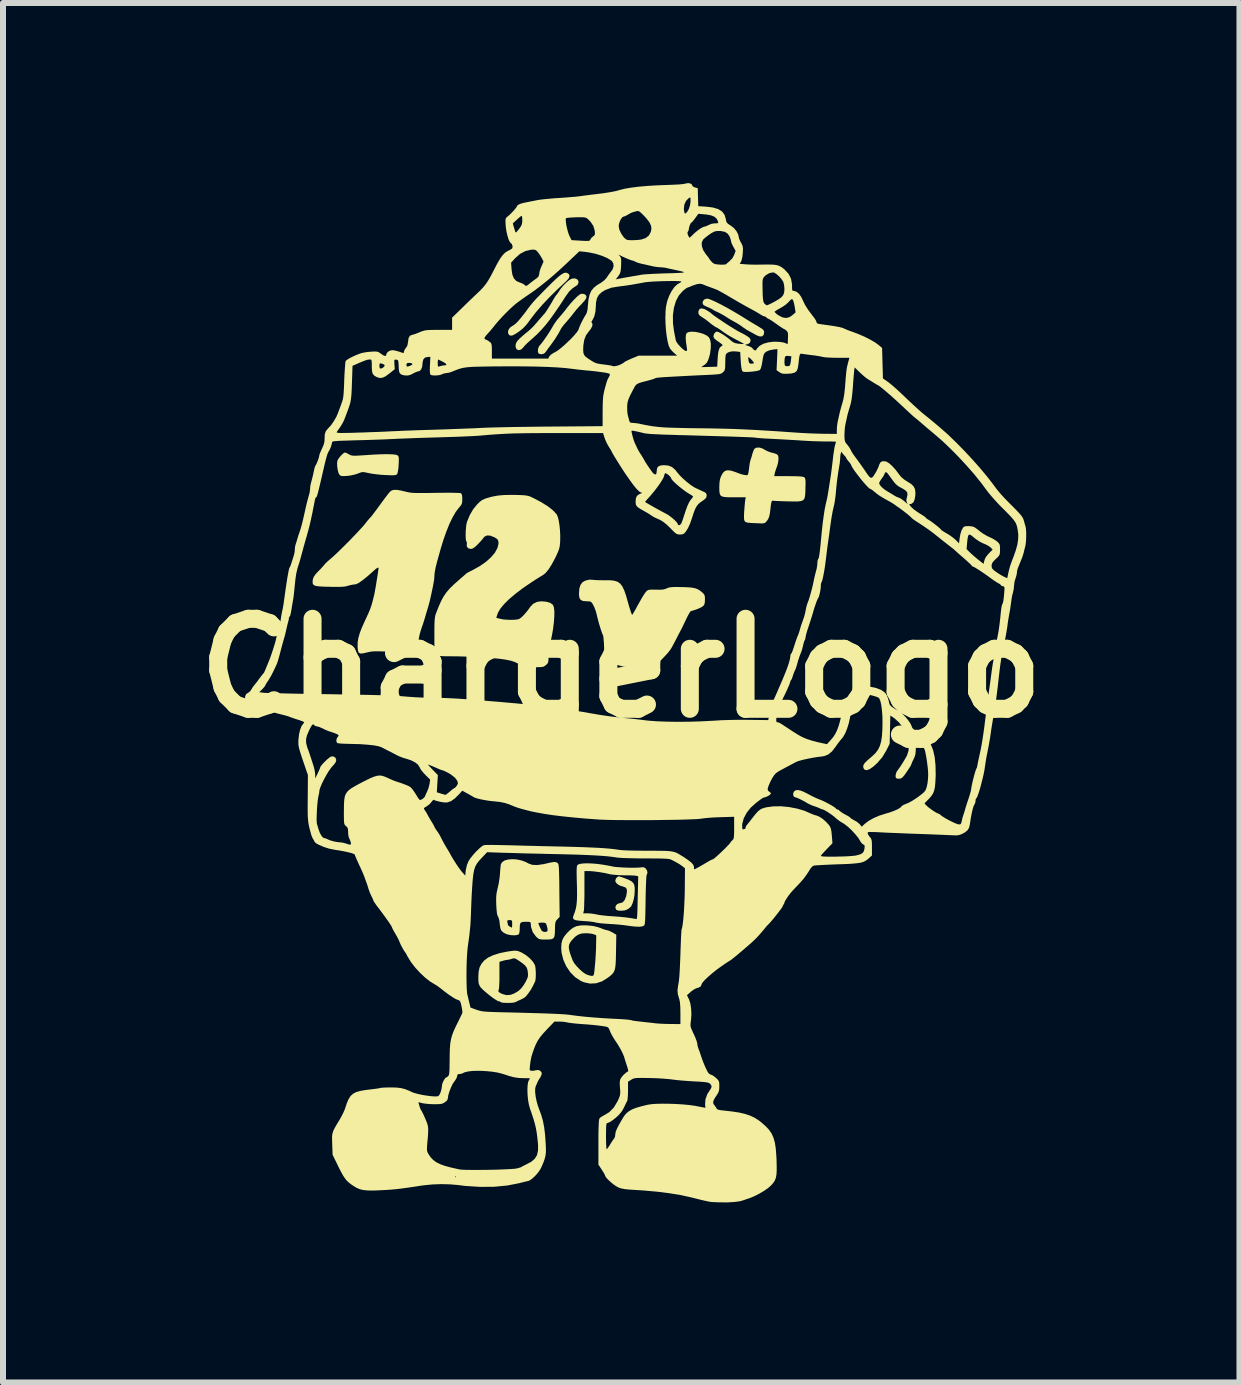
<source format=kicad_pcb>
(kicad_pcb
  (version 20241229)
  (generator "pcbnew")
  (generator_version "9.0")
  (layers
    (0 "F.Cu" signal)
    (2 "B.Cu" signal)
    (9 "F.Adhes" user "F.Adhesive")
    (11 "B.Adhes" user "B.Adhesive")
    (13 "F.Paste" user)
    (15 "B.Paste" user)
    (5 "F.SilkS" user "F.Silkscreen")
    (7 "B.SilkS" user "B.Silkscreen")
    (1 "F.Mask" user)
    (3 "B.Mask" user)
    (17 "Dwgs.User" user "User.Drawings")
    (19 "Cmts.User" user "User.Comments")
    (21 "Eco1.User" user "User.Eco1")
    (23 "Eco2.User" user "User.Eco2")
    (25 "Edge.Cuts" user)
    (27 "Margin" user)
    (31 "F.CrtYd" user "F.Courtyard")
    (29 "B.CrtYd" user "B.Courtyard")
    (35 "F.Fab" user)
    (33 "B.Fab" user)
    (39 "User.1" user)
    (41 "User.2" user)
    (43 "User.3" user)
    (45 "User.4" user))
  (footprint "ChargerLogo"
    (layer "F.Cu")
    (at 7.3 8.081)
    (property "Reference" "ChargerLogo" (at 0 0 0) (layer "F.SilkS") (effects (font (size 1.5 1.5) (thickness 0.3))))
    (attr board_only exclude_from_pos_files exclude_from_bom)
    (fp_poly (pts (xy -0.03 3.471) (xy 0.06 3.501) (xy 0.125 3.527) (xy 0.171 3.552) (xy 0.2 3.58) (xy 0.217 3.613) (xy 0.224 3.655) (xy 0.225 3.703) (xy 0.221 3.778) (xy 0.208 3.853) (xy 0.189 3.918) (xy 0.166 3.967) (xy 0.157 3.978) (xy 0.127 4.004) (xy 0.096 4.023) (xy 0.056 4.037) (xy 0.007 4.042) (xy -0.041 4.041) (xy -0.075 4.031) (xy -0.082 4.026) (xy -0.098 3.994) (xy -0.091 3.96) (xy -0.068 3.932) (xy -0.031 3.917) (xy -0.02 3.916) (xy 0.023 3.903) (xy 0.058 3.863) (xy 0.083 3.797) (xy 0.084 3.791) (xy 0.095 3.726) (xy 0.092 3.682) (xy 0.072 3.655) (xy 0.035 3.641) (xy 0.032 3.64) (xy -0.026 3.622) (xy -0.07 3.594) (xy -0.095 3.561) (xy -0.099 3.543) (xy -0.089 3.507) (xy -0.066 3.48) (xy -0.038 3.469)) (stroke (width 0) (type solid)) (fill yes) (layer "F.SilkS"))
    (fp_poly (pts (xy -0.905 -6.585) (xy -0.87 -6.563) (xy -0.861 -6.531) (xy -0.877 -6.491) (xy -0.92 -6.443) (xy -0.926 -6.438) (xy -1.065 -6.308) (xy -1.197 -6.178) (xy -1.316 -6.051) (xy -1.42 -5.931) (xy -1.504 -5.823) (xy -1.521 -5.798) (xy -1.577 -5.724) (xy -1.63 -5.667) (xy -1.69 -5.617) (xy -1.714 -5.6) (xy -1.772 -5.562) (xy -1.814 -5.542) (xy -1.844 -5.539) (xy -1.868 -5.55) (xy -1.871 -5.553) (xy -1.887 -5.587) (xy -1.882 -5.628) (xy -1.858 -5.668) (xy -1.82 -5.697) (xy -1.786 -5.718) (xy -1.75 -5.747) (xy -1.711 -5.788) (xy -1.664 -5.844) (xy -1.606 -5.918) (xy -1.568 -5.97) (xy -1.536 -6.013) (xy -1.508 -6.049) (xy -1.481 -6.082) (xy -1.45 -6.117) (xy -1.414 -6.157) (xy -1.367 -6.205) (xy -1.308 -6.266) (xy -1.235 -6.34) (xy -1.151 -6.423) (xy -1.084 -6.487) (xy -1.03 -6.534) (xy -0.987 -6.565) (xy -0.953 -6.583) (xy -0.926 -6.588)) (stroke (width 0) (type solid)) (fill yes) (layer "F.SilkS"))
    (fp_poly (pts (xy -0.63 -6.235) (xy -0.607 -6.227) (xy -0.582 -6.204) (xy -0.58 -6.172) (xy -0.603 -6.131) (xy -0.65 -6.078) (xy -0.656 -6.071) (xy -0.703 -6.022) (xy -0.751 -5.968) (xy -0.786 -5.924) (xy -0.822 -5.877) (xy -0.868 -5.821) (xy -0.913 -5.769) (xy -0.913 -5.769) (xy -0.951 -5.725) (xy -0.982 -5.686) (xy -1 -5.66) (xy -1.002 -5.656) (xy -1.044 -5.578) (xy -1.1 -5.488) (xy -1.165 -5.395) (xy -1.197 -5.353) (xy -1.227 -5.313) (xy -1.252 -5.277) (xy -1.262 -5.262) (xy -1.288 -5.239) (xy -1.326 -5.229) (xy -1.362 -5.234) (xy -1.38 -5.246) (xy -1.389 -5.277) (xy -1.386 -5.318) (xy -1.372 -5.357) (xy -1.362 -5.371) (xy -1.331 -5.407) (xy -1.292 -5.459) (xy -1.249 -5.52) (xy -1.207 -5.583) (xy -1.172 -5.639) (xy -1.15 -5.677) (xy -1.118 -5.732) (xy -1.077 -5.79) (xy -1.048 -5.825) (xy -1.009 -5.871) (xy -0.961 -5.928) (xy -0.915 -5.986) (xy -0.906 -5.999) (xy -0.846 -6.073) (xy -0.788 -6.137) (xy -0.736 -6.189) (xy -0.693 -6.223) (xy -0.667 -6.236)) (stroke (width 0) (type solid)) (fill yes) (layer "F.SilkS"))
    (fp_poly (pts (xy 1.463 -6.149) (xy 1.516 -6.128) (xy 1.586 -6.096) (xy 1.669 -6.054) (xy 1.762 -6.004) (xy 1.862 -5.947) (xy 1.965 -5.886) (xy 2.064 -5.825) (xy 2.117 -5.792) (xy 2.176 -5.756) (xy 2.203 -5.74) (xy 2.272 -5.699) (xy 2.32 -5.669) (xy 2.352 -5.648) (xy 2.37 -5.631) (xy 2.378 -5.616) (xy 2.381 -5.601) (xy 2.381 -5.594) (xy 2.372 -5.55) (xy 2.345 -5.527) (xy 2.304 -5.526) (xy 2.249 -5.548) (xy 2.233 -5.557) (xy 2.185 -5.584) (xy 2.138 -5.61) (xy 2.127 -5.616) (xy 2.088 -5.638) (xy 2.04 -5.67) (xy 2.007 -5.694) (xy 1.962 -5.725) (xy 1.918 -5.752) (xy 1.894 -5.765) (xy 1.863 -5.782) (xy 1.816 -5.809) (xy 1.765 -5.841) (xy 1.754 -5.848) (xy 1.701 -5.881) (xy 1.65 -5.909) (xy 1.611 -5.929) (xy 1.606 -5.931) (xy 1.567 -5.948) (xy 1.538 -5.964) (xy 1.536 -5.966) (xy 1.51 -5.982) (xy 1.471 -6.001) (xy 1.458 -6.007) (xy 1.408 -6.029) (xy 1.378 -6.045) (xy 1.362 -6.06) (xy 1.356 -6.077) (xy 1.355 -6.082) (xy 1.362 -6.117) (xy 1.39 -6.145) (xy 1.429 -6.156) (xy 1.431 -6.156)) (stroke (width 0) (type solid)) (fill yes) (layer "F.SilkS"))
    (fp_poly (pts (xy -4.581 -3.585) (xy -4.546 -3.568) (xy -4.537 -3.562) (xy -4.517 -3.551) (xy -4.498 -3.544) (xy -4.474 -3.54) (xy -4.441 -3.538) (xy -4.393 -3.54) (xy -4.326 -3.544) (xy -4.262 -3.548) (xy -4.113 -3.558) (xy -3.986 -3.563) (xy -3.883 -3.564) (xy -3.804 -3.561) (xy -3.751 -3.554) (xy -3.727 -3.545) (xy -3.715 -3.533) (xy -3.708 -3.515) (xy -3.705 -3.485) (xy -3.706 -3.437) (xy -3.708 -3.391) (xy -3.714 -3.317) (xy -3.723 -3.264) (xy -3.733 -3.233) (xy -3.734 -3.232) (xy -3.746 -3.222) (xy -3.765 -3.216) (xy -3.797 -3.213) (xy -3.846 -3.213) (xy -3.918 -3.216) (xy -3.923 -3.216) (xy -4.003 -3.221) (xy -4.086 -3.23) (xy -4.16 -3.24) (xy -4.202 -3.248) (xy -4.258 -3.26) (xy -4.295 -3.266) (xy -4.324 -3.264) (xy -4.354 -3.255) (xy -4.388 -3.241) (xy -4.446 -3.223) (xy -4.516 -3.208) (xy -4.567 -3.202) (xy -4.622 -3.199) (xy -4.656 -3.2) (xy -4.678 -3.208) (xy -4.695 -3.222) (xy -4.696 -3.223) (xy -4.712 -3.255) (xy -4.724 -3.304) (xy -4.732 -3.361) (xy -4.734 -3.416) (xy -4.729 -3.454) (xy -4.715 -3.483) (xy -4.688 -3.519) (xy -4.656 -3.554) (xy -4.626 -3.581) (xy -4.604 -3.592) (xy -4.603 -3.592)) (stroke (width 0) (type solid)) (fill yes) (layer "F.SilkS"))
    (fp_poly (pts (xy -0.734 -6.478) (xy -0.713 -6.447) (xy -0.711 -6.432) (xy -0.722 -6.393) (xy -0.74 -6.376) (xy -0.809 -6.33) (xy -0.868 -6.274) (xy -0.923 -6.199) (xy -0.926 -6.193) (xy -1.023 -6.044) (xy -1.11 -5.917) (xy -1.188 -5.808) (xy -1.262 -5.714) (xy -1.334 -5.632) (xy -1.405 -5.559) (xy -1.48 -5.491) (xy -1.514 -5.461) (xy -1.56 -5.42) (xy -1.602 -5.379) (xy -1.63 -5.346) (xy -1.631 -5.344) (xy -1.666 -5.309) (xy -1.704 -5.297) (xy -1.739 -5.309) (xy -1.744 -5.314) (xy -1.756 -5.339) (xy -1.761 -5.375) (xy -1.754 -5.41) (xy -1.732 -5.448) (xy -1.692 -5.492) (xy -1.631 -5.546) (xy -1.592 -5.579) (xy -1.545 -5.617) (xy -1.506 -5.652) (xy -1.468 -5.689) (xy -1.426 -5.736) (xy -1.373 -5.797) (xy -1.367 -5.805) (xy -1.33 -5.847) (xy -1.301 -5.881) (xy -1.283 -5.9) (xy -1.28 -5.903) (xy -1.268 -5.918) (xy -1.245 -5.952) (xy -1.216 -5.997) (xy -1.185 -6.048) (xy -1.155 -6.097) (xy -1.131 -6.14) (xy -1.126 -6.148) (xy -1.103 -6.187) (xy -1.081 -6.217) (xy -1.076 -6.223) (xy -1.053 -6.252) (xy -1.041 -6.271) (xy -1.01 -6.319) (xy -0.968 -6.37) (xy -0.92 -6.419) (xy -0.874 -6.459) (xy -0.835 -6.484) (xy -0.822 -6.489) (xy -0.772 -6.493)) (stroke (width 0) (type solid)) (fill yes) (layer "F.SilkS"))
    (fp_poly (pts (xy -0.56 4.287) (xy -0.464 4.297) (xy -0.387 4.316) (xy -0.345 4.331) (xy -0.297 4.35) (xy -0.257 4.363) (xy -0.235 4.367) (xy -0.208 4.374) (xy -0.169 4.392) (xy -0.146 4.404) (xy -0.082 4.442) (xy -0.087 4.725) (xy -0.089 4.831) (xy -0.092 4.912) (xy -0.098 4.975) (xy -0.107 5.022) (xy -0.121 5.058) (xy -0.142 5.089) (xy -0.17 5.117) (xy -0.208 5.147) (xy -0.221 5.157) (xy -0.318 5.218) (xy -0.419 5.251) (xy -0.521 5.256) (xy -0.624 5.233) (xy -0.674 5.211) (xy -0.767 5.15) (xy -0.849 5.067) (xy -0.916 4.968) (xy -0.965 4.859) (xy -0.994 4.744) (xy -1 4.665) (xy -0.999 4.651) (xy -0.874 4.651) (xy -0.867 4.699) (xy -0.849 4.762) (xy -0.819 4.843) (xy -0.805 4.879) (xy -0.781 4.919) (xy -0.741 4.968) (xy -0.692 5.019) (xy -0.641 5.064) (xy -0.596 5.095) (xy -0.585 5.101) (xy -0.541 5.118) (xy -0.5 5.127) (xy -0.492 5.128) (xy -0.476 5.127) (xy -0.465 5.121) (xy -0.457 5.106) (xy -0.451 5.077) (xy -0.445 5.028) (xy -0.439 4.962) (xy -0.431 4.875) (xy -0.425 4.775) (xy -0.42 4.676) (xy -0.419 4.624) (xy -0.416 4.452) (xy -0.458 4.434) (xy -0.495 4.425) (xy -0.547 4.419) (xy -0.593 4.417) (xy -0.663 4.422) (xy -0.72 4.442) (xy -0.772 4.479) (xy -0.827 4.538) (xy -0.828 4.54) (xy -0.854 4.576) (xy -0.869 4.611) (xy -0.874 4.651) (xy -0.999 4.651) (xy -0.996 4.59) (xy -0.981 4.529) (xy -0.951 4.472) (xy -0.903 4.414) (xy -0.86 4.371) (xy -0.806 4.328) (xy -0.747 4.3) (xy -0.676 4.287) (xy -0.588 4.285)) (stroke (width 0) (type solid)) (fill yes) (layer "F.SilkS"))
    (fp_poly (pts (xy -1.719 4.714) (xy -1.674 4.732) (xy -1.655 4.741) (xy -1.586 4.783) (xy -1.524 4.834) (xy -1.474 4.888) (xy -1.441 4.941) (xy -1.432 4.97) (xy -1.426 5.023) (xy -1.423 5.084) (xy -1.424 5.143) (xy -1.428 5.192) (xy -1.435 5.222) (xy -1.436 5.223) (xy -1.45 5.252) (xy -1.469 5.291) (xy -1.472 5.297) (xy -1.505 5.357) (xy -1.55 5.422) (xy -1.589 5.47) (xy -1.616 5.492) (xy -1.657 5.515) (xy -1.676 5.524) (xy -1.719 5.543) (xy -1.754 5.56) (xy -1.764 5.565) (xy -1.791 5.572) (xy -1.834 5.577) (xy -1.885 5.578) (xy -1.936 5.577) (xy -1.978 5.574) (xy -2.004 5.567) (xy -2.007 5.565) (xy -2.028 5.552) (xy -2.041 5.551) (xy -2.064 5.542) (xy -2.103 5.518) (xy -2.152 5.484) (xy -2.205 5.443) (xy -2.257 5.4) (xy -2.277 5.383) (xy -2.049 5.383) (xy -2.027 5.406) (xy -1.986 5.428) (xy -1.914 5.448) (xy -1.842 5.443) (xy -1.778 5.418) (xy -1.714 5.38) (xy -1.664 5.334) (xy -1.62 5.273) (xy -1.592 5.225) (xy -1.568 5.176) (xy -1.555 5.139) (xy -1.553 5.104) (xy -1.556 5.065) (xy -1.564 5.02) (xy -1.578 4.985) (xy -1.602 4.954) (xy -1.642 4.92) (xy -1.695 4.882) (xy -1.739 4.853) (xy -1.768 4.838) (xy -1.791 4.835) (xy -1.816 4.841) (xy -1.822 4.843) (xy -1.862 4.855) (xy -1.893 4.86) (xy -1.894 4.86) (xy -1.924 4.864) (xy -1.965 4.874) (xy -1.974 4.877) (xy -2.029 4.893) (xy -2.029 5.12) (xy -2.029 5.199) (xy -2.032 5.267) (xy -2.035 5.32) (xy -2.039 5.353) (xy -2.042 5.361) (xy -2.049 5.383) (xy -2.277 5.383) (xy -2.303 5.36) (xy -2.336 5.326) (xy -2.347 5.313) (xy -2.364 5.282) (xy -2.375 5.251) (xy -2.38 5.208) (xy -2.381 5.147) (xy -2.376 5.058) (xy -2.36 4.987) (xy -2.33 4.928) (xy -2.283 4.871) (xy -2.281 4.87) (xy -2.217 4.822) (xy -2.129 4.781) (xy -2.018 4.747) (xy -1.888 4.721) (xy -1.807 4.71) (xy -1.759 4.707)) (stroke (width 0) (type solid)) (fill yes) (layer "F.SilkS"))
    (fp_poly (pts (xy 2.306 -3.674) (xy 2.358 -3.657) (xy 2.383 -3.642) (xy 2.429 -3.617) (xy 2.484 -3.596) (xy 2.502 -3.591) (xy 2.56 -3.576) (xy 2.595 -3.561) (xy 2.613 -3.542) (xy 2.619 -3.514) (xy 2.62 -3.487) (xy 2.615 -3.434) (xy 2.601 -3.377) (xy 2.594 -3.357) (xy 2.576 -3.307) (xy 2.561 -3.26) (xy 2.558 -3.244) (xy 2.548 -3.198) (xy 2.786 -3.198) (xy 2.884 -3.197) (xy 2.956 -3.195) (xy 3.007 -3.191) (xy 3.037 -3.185) (xy 3.049 -3.18) (xy 3.059 -3.169) (xy 3.066 -3.151) (xy 3.07 -3.122) (xy 3.071 -3.075) (xy 3.069 -3.006) (xy 3.069 -2.998) (xy 3.067 -2.922) (xy 3.062 -2.865) (xy 3.052 -2.825) (xy 3.032 -2.799) (xy 2.999 -2.784) (xy 2.95 -2.777) (xy 2.88 -2.776) (xy 2.786 -2.778) (xy 2.776 -2.778) (xy 2.696 -2.78) (xy 2.626 -2.783) (xy 2.57 -2.785) (xy 2.533 -2.788) (xy 2.522 -2.79) (xy 2.512 -2.787) (xy 2.504 -2.771) (xy 2.496 -2.735) (xy 2.488 -2.677) (xy 2.486 -2.652) (xy 2.477 -2.582) (xy 2.467 -2.533) (xy 2.455 -2.497) (xy 2.438 -2.468) (xy 2.431 -2.459) (xy 2.409 -2.431) (xy 2.388 -2.417) (xy 2.36 -2.411) (xy 2.315 -2.411) (xy 2.306 -2.412) (xy 2.244 -2.414) (xy 2.181 -2.417) (xy 2.149 -2.419) (xy 2.103 -2.424) (xy 2.073 -2.433) (xy 2.055 -2.451) (xy 2.046 -2.482) (xy 2.045 -2.532) (xy 2.048 -2.604) (xy 2.049 -2.612) (xy 2.054 -2.68) (xy 2.059 -2.74) (xy 2.064 -2.786) (xy 2.067 -2.806) (xy 2.074 -2.846) (xy 1.876 -2.846) (xy 1.788 -2.846) (xy 1.725 -2.85) (xy 1.682 -2.859) (xy 1.655 -2.876) (xy 1.641 -2.906) (xy 1.635 -2.949) (xy 1.634 -3.009) (xy 1.634 -3.021) (xy 1.637 -3.091) (xy 1.645 -3.144) (xy 1.661 -3.192) (xy 1.668 -3.206) (xy 1.695 -3.254) (xy 1.727 -3.284) (xy 1.767 -3.296) (xy 1.82 -3.292) (xy 1.89 -3.271) (xy 1.955 -3.246) (xy 2.001 -3.23) (xy 2.052 -3.218) (xy 2.056 -3.218) (xy 2.081 -3.214) (xy 2.097 -3.214) (xy 2.109 -3.223) (xy 2.117 -3.245) (xy 2.124 -3.285) (xy 2.132 -3.347) (xy 2.135 -3.372) (xy 2.142 -3.42) (xy 2.152 -3.459) (xy 2.155 -3.471) (xy 2.166 -3.502) (xy 2.179 -3.547) (xy 2.185 -3.569) (xy 2.199 -3.613) (xy 2.215 -3.647) (xy 2.222 -3.657) (xy 2.257 -3.674)) (stroke (width 0) (type solid)) (fill yes) (layer "F.SilkS"))
    (fp_poly (pts (xy -0.485 3.255) (xy -0.39 3.263) (xy -0.291 3.277) (xy -0.192 3.295) (xy -0.148 3.304) (xy -0.104 3.312) (xy -0.041 3.317) (xy 0.034 3.322) (xy 0.113 3.325) (xy 0.191 3.326) (xy 0.26 3.325) (xy 0.315 3.322) (xy 0.347 3.317) (xy 0.381 3.32) (xy 0.411 3.342) (xy 0.431 3.375) (xy 0.437 3.412) (xy 0.425 3.444) (xy 0.424 3.445) (xy 0.42 3.462) (xy 0.417 3.504) (xy 0.414 3.566) (xy 0.411 3.645) (xy 0.408 3.738) (xy 0.406 3.841) (xy 0.406 3.861) (xy 0.404 3.985) (xy 0.402 4.083) (xy 0.4 4.159) (xy 0.397 4.214) (xy 0.393 4.253) (xy 0.388 4.276) (xy 0.382 4.288) (xy 0.352 4.303) (xy 0.296 4.309) (xy 0.216 4.305) (xy 0.111 4.292) (xy 0.092 4.289) (xy 0.031 4.281) (xy -0.046 4.273) (xy -0.131 4.266) (xy -0.204 4.262) (xy -0.277 4.257) (xy -0.344 4.251) (xy -0.396 4.244) (xy -0.428 4.238) (xy -0.43 4.237) (xy -0.461 4.23) (xy -0.513 4.223) (xy -0.577 4.217) (xy -0.625 4.214) (xy -0.704 4.208) (xy -0.758 4.2) (xy -0.789 4.187) (xy -0.803 4.167) (xy -0.801 4.139) (xy -0.79 4.11) (xy -0.781 4.085) (xy -0.633 4.085) (xy -0.559 4.085) (xy -0.5 4.089) (xy -0.434 4.099) (xy -0.408 4.105) (xy -0.364 4.113) (xy -0.3 4.121) (xy -0.225 4.129) (xy -0.148 4.134) (xy -0.042 4.142) (xy 0.064 4.152) (xy 0.161 4.165) (xy 0.241 4.179) (xy 0.254 4.182) (xy 0.26 4.171) (xy 0.265 4.141) (xy 0.265 4.131) (xy 0.267 4.102) (xy 0.269 4.049) (xy 0.271 3.978) (xy 0.273 3.894) (xy 0.275 3.802) (xy 0.276 3.774) (xy 0.283 3.469) (xy 0.251 3.46) (xy 0.224 3.457) (xy 0.176 3.454) (xy 0.114 3.452) (xy 0.05 3.452) (xy -0.032 3.45) (xy -0.109 3.444) (xy -0.171 3.437) (xy -0.196 3.432) (xy -0.279 3.413) (xy -0.37 3.398) (xy -0.457 3.387) (xy -0.531 3.381) (xy -0.546 3.381) (xy -0.613 3.381) (xy -0.613 3.687) (xy -0.613 3.78) (xy -0.615 3.866) (xy -0.617 3.941) (xy -0.619 3.998) (xy -0.622 4.033) (xy -0.623 4.04) (xy -0.633 4.085) (xy -0.781 4.085) (xy -0.77 4.054) (xy -0.754 3.997) (xy -0.744 3.934) (xy -0.738 3.861) (xy -0.736 3.771) (xy -0.737 3.661) (xy -0.739 3.591) (xy -0.742 3.492) (xy -0.743 3.417) (xy -0.743 3.363) (xy -0.741 3.326) (xy -0.738 3.301) (xy -0.732 3.286) (xy -0.725 3.277) (xy -0.695 3.263) (xy -0.642 3.255) (xy -0.57 3.252)) (stroke (width 0) (type solid)) (fill yes) (layer "F.SilkS"))
    (fp_poly (pts (xy -0.482 -1.472) (xy -0.446 -1.468) (xy -0.391 -1.465) (xy -0.324 -1.464) (xy -0.273 -1.464) (xy -0.186 -1.464) (xy -0.116 -1.456) (xy -0.061 -1.439) (xy -0.018 -1.408) (xy 0.018 -1.362) (xy 0.049 -1.297) (xy 0.08 -1.21) (xy 0.107 -1.113) (xy 0.131 -1.029) (xy 0.152 -0.962) (xy 0.168 -0.915) (xy 0.179 -0.89) (xy 0.183 -0.888) (xy 0.192 -0.9) (xy 0.211 -0.932) (xy 0.239 -0.98) (xy 0.271 -1.04) (xy 0.282 -1.059) (xy 0.319 -1.125) (xy 0.354 -1.186) (xy 0.385 -1.235) (xy 0.408 -1.267) (xy 0.411 -1.27) (xy 0.429 -1.289) (xy 0.448 -1.3) (xy 0.472 -1.306) (xy 0.51 -1.308) (xy 0.568 -1.307) (xy 0.58 -1.307) (xy 0.65 -1.306) (xy 0.7 -1.31) (xy 0.736 -1.319) (xy 0.757 -1.328) (xy 0.785 -1.34) (xy 0.823 -1.347) (xy 0.875 -1.351) (xy 0.949 -1.351) (xy 0.954 -1.351) (xy 1.056 -1.349) (xy 1.135 -1.345) (xy 1.196 -1.338) (xy 1.243 -1.327) (xy 1.282 -1.31) (xy 1.317 -1.287) (xy 1.33 -1.277) (xy 1.366 -1.246) (xy 1.385 -1.221) (xy 1.393 -1.193) (xy 1.395 -1.149) (xy 1.395 -1.143) (xy 1.392 -1.092) (xy 1.384 -1.059) (xy 1.366 -1.035) (xy 1.363 -1.032) (xy 1.331 -1.012) (xy 1.279 -0.988) (xy 1.218 -0.966) (xy 1.159 -0.949) (xy 1.147 -0.936) (xy 1.126 -0.902) (xy 1.1 -0.853) (xy 1.078 -0.807) (xy 1.05 -0.748) (xy 1.025 -0.696) (xy 1.006 -0.658) (xy 0.999 -0.643) (xy 0.986 -0.62) (xy 0.964 -0.578) (xy 0.936 -0.524) (xy 0.908 -0.469) (xy 0.872 -0.401) (xy 0.845 -0.35) (xy 0.821 -0.311) (xy 0.795 -0.276) (xy 0.764 -0.239) (xy 0.723 -0.195) (xy 0.672 -0.142) (xy 0.55 -0.014) (xy 0.321 -0.016) (xy 0.24 -0.017) (xy 0.166 -0.019) (xy 0.105 -0.021) (xy 0.063 -0.023) (xy 0.049 -0.024) (xy 0.006 -0.033) (xy -0.051 -0.048) (xy -0.113 -0.067) (xy -0.172 -0.086) (xy -0.219 -0.105) (xy -0.248 -0.119) (xy -0.248 -0.119) (xy -0.26 -0.129) (xy -0.269 -0.145) (xy -0.275 -0.17) (xy -0.279 -0.209) (xy -0.282 -0.268) (xy -0.285 -0.337) (xy -0.288 -0.41) (xy -0.293 -0.473) (xy -0.298 -0.522) (xy -0.304 -0.549) (xy -0.306 -0.553) (xy -0.317 -0.576) (xy -0.332 -0.62) (xy -0.351 -0.678) (xy -0.371 -0.744) (xy -0.389 -0.812) (xy -0.405 -0.875) (xy -0.409 -0.895) (xy -0.426 -0.955) (xy -0.449 -1.016) (xy -0.464 -1.046) (xy -0.486 -1.085) (xy -0.505 -1.104) (xy -0.53 -1.112) (xy -0.571 -1.113) (xy -0.634 -1.118) (xy -0.674 -1.135) (xy -0.696 -1.169) (xy -0.704 -1.223) (xy -0.704 -1.24) (xy -0.698 -1.325) (xy -0.678 -1.388) (xy -0.644 -1.432) (xy -0.597 -1.458) (xy -0.531 -1.474)) (stroke (width 0) (type solid)) (fill yes) (layer "F.SilkS"))
    (fp_poly (pts (xy -1.737 3.188) (xy -1.659 3.205) (xy -1.583 3.234) (xy -1.547 3.254) (xy -1.484 3.277) (xy -1.4 3.281) (xy -1.295 3.266) (xy -1.268 3.26) (xy -1.195 3.243) (xy -1.144 3.233) (xy -1.109 3.23) (xy -1.085 3.234) (xy -1.067 3.243) (xy -1.064 3.245) (xy -1.056 3.252) (xy -1.049 3.262) (xy -1.044 3.278) (xy -1.041 3.304) (xy -1.038 3.341) (xy -1.036 3.394) (xy -1.034 3.465) (xy -1.032 3.558) (xy -1.031 3.675) (xy -1.031 3.705) (xy -1.026 4.145) (xy -1.064 4.185) (xy -1.083 4.206) (xy -1.094 4.228) (xy -1.1 4.259) (xy -1.103 4.305) (xy -1.104 4.35) (xy -1.106 4.422) (xy -1.113 4.471) (xy -1.129 4.5) (xy -1.158 4.516) (xy -1.204 4.521) (xy -1.257 4.522) (xy -1.314 4.522) (xy -1.351 4.518) (xy -1.376 4.509) (xy -1.399 4.492) (xy -1.423 4.469) (xy -1.474 4.399) (xy -1.502 4.316) (xy -1.507 4.265) (xy -1.508 4.248) (xy -1.381 4.248) (xy -1.375 4.269) (xy -1.361 4.303) (xy -1.343 4.341) (xy -1.327 4.37) (xy -1.322 4.377) (xy -1.297 4.392) (xy -1.266 4.396) (xy -1.238 4.389) (xy -1.226 4.372) (xy -1.226 4.371) (xy -1.229 4.341) (xy -1.238 4.3) (xy -1.24 4.293) (xy -1.251 4.261) (xy -1.266 4.245) (xy -1.295 4.241) (xy -1.318 4.24) (xy -1.355 4.242) (xy -1.378 4.246) (xy -1.381 4.248) (xy -1.508 4.248) (xy -1.509 4.243) (xy -1.518 4.232) (xy -1.54 4.227) (xy -1.584 4.226) (xy -1.59 4.226) (xy -1.639 4.228) (xy -1.669 4.237) (xy -1.684 4.258) (xy -1.69 4.298) (xy -1.691 4.344) (xy -1.694 4.39) (xy -1.701 4.424) (xy -1.707 4.435) (xy -1.736 4.447) (xy -1.782 4.452) (xy -1.836 4.449) (xy -1.889 4.439) (xy -1.928 4.425) (xy -1.97 4.4) (xy -1.997 4.374) (xy -2.012 4.339) (xy -2.021 4.287) (xy -2.024 4.26) (xy -2.03 4.212) (xy -1.9 4.212) (xy -1.897 4.23) (xy -1.89 4.261) (xy -1.888 4.277) (xy -1.877 4.293) (xy -1.85 4.311) (xy -1.821 4.324) (xy -1.819 4.312) (xy -1.817 4.28) (xy -1.817 4.262) (xy -1.818 4.223) (xy -1.826 4.204) (xy -1.844 4.198) (xy -1.861 4.198) (xy -1.891 4.201) (xy -1.9 4.212) (xy -2.03 4.212) (xy -2.031 4.205) (xy -2.043 4.161) (xy -2.054 4.138) (xy -2.064 4.116) (xy -2.072 4.076) (xy -2.078 4.014) (xy -2.082 3.948) (xy -2.084 3.868) (xy -2.083 3.805) (xy -2.077 3.752) (xy -2.066 3.696) (xy -2.058 3.662) (xy -2.041 3.587) (xy -2.028 3.503) (xy -2.02 3.427) (xy -2.02 3.423) (xy -2.016 3.364) (xy -2.011 3.312) (xy -2.007 3.277) (xy -2.006 3.271) (xy -1.985 3.233) (xy -1.943 3.205) (xy -1.884 3.189) (xy -1.814 3.183)) (stroke (width 0) (type solid)) (fill yes) (layer "F.SilkS"))
    (fp_poly (pts (xy -3.739 -2.97) (xy -3.675 -2.959) (xy -3.605 -2.943) (xy -3.568 -2.934) (xy -3.534 -2.927) (xy -3.498 -2.922) (xy -3.456 -2.919) (xy -3.404 -2.917) (xy -3.338 -2.917) (xy -3.254 -2.917) (xy -3.148 -2.919) (xy -3.091 -2.92) (xy -2.978 -2.921) (xy -2.878 -2.922) (xy -2.794 -2.921) (xy -2.73 -2.919) (xy -2.688 -2.917) (xy -2.672 -2.914) (xy -2.658 -2.898) (xy -2.65 -2.866) (xy -2.648 -2.817) (xy -2.65 -2.767) (xy -2.658 -2.733) (xy -2.677 -2.703) (xy -2.705 -2.671) (xy -2.756 -2.604) (xy -2.809 -2.513) (xy -2.863 -2.401) (xy -2.915 -2.271) (xy -2.965 -2.129) (xy -3.002 -2.007) (xy -3.013 -1.97) (xy -3.027 -1.919) (xy -3.036 -1.888) (xy -3.069 -1.769) (xy -3.094 -1.67) (xy -3.108 -1.592) (xy -3.113 -1.54) (xy -3.114 -1.507) (xy -3.118 -1.47) (xy -3.126 -1.423) (xy -3.137 -1.36) (xy -3.155 -1.278) (xy -3.164 -1.233) (xy -3.188 -1.126) (xy -3.212 -1.035) (xy -3.233 -0.965) (xy -3.249 -0.914) (xy -3.265 -0.857) (xy -3.269 -0.845) (xy -3.284 -0.794) (xy -3.303 -0.734) (xy -3.314 -0.704) (xy -3.339 -0.629) (xy -3.357 -0.567) (xy -3.37 -0.508) (xy -3.381 -0.438) (xy -3.386 -0.401) (xy -3.397 -0.334) (xy -3.41 -0.277) (xy -3.425 -0.239) (xy -3.427 -0.235) (xy -3.447 -0.211) (xy -3.472 -0.201) (xy -3.513 -0.199) (xy -3.519 -0.199) (xy -3.596 -0.213) (xy -3.642 -0.233) (xy -3.666 -0.246) (xy -3.693 -0.255) (xy -3.728 -0.262) (xy -3.775 -0.267) (xy -3.841 -0.272) (xy -3.919 -0.276) (xy -4.008 -0.279) (xy -4.076 -0.28) (xy -4.128 -0.279) (xy -4.172 -0.274) (xy -4.213 -0.266) (xy -4.24 -0.26) (xy -4.305 -0.245) (xy -4.347 -0.243) (xy -4.373 -0.257) (xy -4.386 -0.29) (xy -4.392 -0.345) (xy -4.392 -0.364) (xy -4.391 -0.43) (xy -4.38 -0.499) (xy -4.358 -0.578) (xy -4.324 -0.668) (xy -4.276 -0.776) (xy -4.247 -0.838) (xy -4.211 -0.916) (xy -4.182 -0.986) (xy -4.158 -1.057) (xy -4.136 -1.138) (xy -4.113 -1.233) (xy -4.107 -1.264) (xy -4.098 -1.314) (xy -4.087 -1.377) (xy -4.076 -1.446) (xy -4.065 -1.514) (xy -4.055 -1.577) (xy -4.048 -1.627) (xy -4.044 -1.658) (xy -4.043 -1.664) (xy -4.049 -1.675) (xy -4.066 -1.669) (xy -4.099 -1.644) (xy -4.128 -1.618) (xy -4.226 -1.531) (xy -4.307 -1.466) (xy -4.37 -1.421) (xy -4.417 -1.398) (xy -4.437 -1.395) (xy -4.478 -1.39) (xy -4.528 -1.379) (xy -4.551 -1.372) (xy -4.584 -1.363) (xy -4.623 -1.357) (xy -4.675 -1.354) (xy -4.742 -1.353) (xy -4.832 -1.354) (xy -4.858 -1.355) (xy -4.954 -1.357) (xy -5.026 -1.361) (xy -5.077 -1.367) (xy -5.111 -1.377) (xy -5.13 -1.391) (xy -5.14 -1.41) (xy -5.142 -1.436) (xy -5.142 -1.438) (xy -5.138 -1.481) (xy -5.122 -1.521) (xy -5.092 -1.565) (xy -5.043 -1.618) (xy -5.04 -1.62) (xy -5 -1.661) (xy -4.966 -1.699) (xy -4.945 -1.724) (xy -4.944 -1.726) (xy -4.923 -1.749) (xy -4.887 -1.783) (xy -4.846 -1.818) (xy -4.804 -1.854) (xy -4.747 -1.907) (xy -4.681 -1.971) (xy -4.608 -2.043) (xy -4.532 -2.119) (xy -4.459 -2.195) (xy -4.391 -2.266) (xy -4.333 -2.329) (xy -4.288 -2.379) (xy -4.267 -2.405) (xy -4.232 -2.45) (xy -4.199 -2.489) (xy -4.176 -2.514) (xy -4.157 -2.535) (xy -4.127 -2.575) (xy -4.087 -2.628) (xy -4.041 -2.69) (xy -4.015 -2.726) (xy -3.968 -2.791) (xy -3.923 -2.85) (xy -3.886 -2.899) (xy -3.859 -2.931) (xy -3.85 -2.941) (xy -3.822 -2.961) (xy -3.786 -2.97)) (stroke (width 0) (type solid)) (fill yes) (layer "F.SilkS"))
    (fp_poly (pts (xy -1.761 -2.885) (xy -1.681 -2.883) (xy -1.622 -2.88) (xy -1.579 -2.875) (xy -1.544 -2.867) (xy -1.511 -2.856) (xy -1.474 -2.838) (xy -1.451 -2.827) (xy -1.327 -2.761) (xy -1.222 -2.695) (xy -1.14 -2.631) (xy -1.083 -2.57) (xy -1.07 -2.551) (xy -1.054 -2.511) (xy -1.04 -2.45) (xy -1.028 -2.374) (xy -1.02 -2.29) (xy -1.016 -2.204) (xy -1.017 -2.124) (xy -1.017 -2.123) (xy -1.021 -2.064) (xy -1.027 -2.018) (xy -1.038 -1.976) (xy -1.056 -1.93) (xy -1.083 -1.871) (xy -1.096 -1.844) (xy -1.156 -1.731) (xy -1.211 -1.644) (xy -1.263 -1.582) (xy -1.307 -1.548) (xy -1.333 -1.533) (xy -1.377 -1.506) (xy -1.433 -1.471) (xy -1.494 -1.431) (xy -1.5 -1.427) (xy -1.641 -1.331) (xy -1.764 -1.237) (xy -1.869 -1.148) (xy -1.953 -1.065) (xy -2.015 -0.989) (xy -2.054 -0.922) (xy -2.06 -0.905) (xy -2.082 -0.838) (xy -2.016 -0.821) (xy -1.965 -0.811) (xy -1.901 -0.806) (xy -1.834 -0.804) (xy -1.772 -0.806) (xy -1.723 -0.812) (xy -1.7 -0.819) (xy -1.662 -0.846) (xy -1.616 -0.892) (xy -1.568 -0.948) (xy -1.523 -1.009) (xy -1.517 -1.019) (xy -1.467 -1.072) (xy -1.4 -1.104) (xy -1.331 -1.113) (xy -1.247 -1.106) (xy -1.182 -1.087) (xy -1.14 -1.056) (xy -1.136 -1.05) (xy -1.121 -1.009) (xy -1.114 -0.945) (xy -1.115 -0.863) (xy -1.122 -0.765) (xy -1.135 -0.656) (xy -1.155 -0.541) (xy -1.181 -0.422) (xy -1.191 -0.379) (xy -1.202 -0.324) (xy -1.209 -0.256) (xy -1.212 -0.194) (xy -1.212 -0.139) (xy -1.216 -0.104) (xy -1.225 -0.081) (xy -1.242 -0.062) (xy -1.255 -0.051) (xy -1.276 -0.034) (xy -1.298 -0.023) (xy -1.327 -0.018) (xy -1.369 -0.016) (xy -1.431 -0.016) (xy -1.442 -0.016) (xy -1.505 -0.017) (xy -1.559 -0.019) (xy -1.598 -0.022) (xy -1.61 -0.024) (xy -1.635 -0.034) (xy -1.676 -0.053) (xy -1.723 -0.077) (xy -1.78 -0.104) (xy -1.841 -0.124) (xy -1.917 -0.139) (xy -1.958 -0.146) (xy -2.051 -0.158) (xy -2.166 -0.168) (xy -2.297 -0.178) (xy -2.438 -0.186) (xy -2.583 -0.192) (xy -2.726 -0.196) (xy -2.852 -0.197) (xy -2.951 -0.198) (xy -3.023 -0.201) (xy -3.07 -0.206) (xy -3.094 -0.212) (xy -3.096 -0.214) (xy -3.103 -0.23) (xy -3.107 -0.266) (xy -3.111 -0.323) (xy -3.113 -0.405) (xy -3.113 -0.511) (xy -3.113 -0.535) (xy -3.113 -0.639) (xy -3.112 -0.719) (xy -3.11 -0.78) (xy -3.106 -0.826) (xy -3.101 -0.861) (xy -3.094 -0.89) (xy -3.087 -0.909) (xy -3.043 -1.022) (xy -3.002 -1.115) (xy -2.96 -1.193) (xy -2.913 -1.261) (xy -2.857 -1.327) (xy -2.787 -1.395) (xy -2.699 -1.473) (xy -2.684 -1.486) (xy -2.64 -1.524) (xy -2.604 -1.555) (xy -2.582 -1.575) (xy -2.578 -1.579) (xy -2.563 -1.588) (xy -2.529 -1.606) (xy -2.482 -1.63) (xy -2.465 -1.639) (xy -2.351 -1.703) (xy -2.251 -1.773) (xy -2.168 -1.848) (xy -2.104 -1.924) (xy -2.063 -1.999) (xy -2.045 -2.07) (xy -2.045 -2.096) (xy -2.052 -2.129) (xy -2.069 -2.152) (xy -2.103 -2.174) (xy -2.112 -2.179) (xy -2.181 -2.207) (xy -2.236 -2.21) (xy -2.278 -2.19) (xy -2.292 -2.174) (xy -2.315 -2.144) (xy -2.35 -2.104) (xy -2.39 -2.062) (xy -2.391 -2.061) (xy -2.437 -2.018) (xy -2.472 -1.994) (xy -2.502 -1.986) (xy -2.506 -1.986) (xy -2.549 -1.996) (xy -2.572 -2.024) (xy -2.573 -2.063) (xy -2.571 -2.092) (xy -2.578 -2.106) (xy -2.586 -2.125) (xy -2.591 -2.165) (xy -2.592 -2.218) (xy -2.591 -2.279) (xy -2.586 -2.34) (xy -2.58 -2.395) (xy -2.57 -2.435) (xy -2.57 -2.436) (xy -2.523 -2.55) (xy -2.468 -2.645) (xy -2.406 -2.722) (xy -2.359 -2.769) (xy -2.317 -2.8) (xy -2.269 -2.822) (xy -2.247 -2.83) (xy -2.15 -2.857) (xy -2.053 -2.875) (xy -1.948 -2.884) (xy -1.827 -2.886)) (stroke (width 0) (type solid)) (fill yes) (layer "F.SilkS"))
    (fp_poly (pts (xy 1.149 -8.075) (xy 1.176 -8.058) (xy 1.183 -8.04) (xy 1.195 -8.024) (xy 1.225 -8.009) (xy 1.229 -8.008) (xy 1.275 -7.995) (xy 1.279 -7.845) (xy 1.283 -7.696) (xy 1.414 -7.688) (xy 1.527 -7.674) (xy 1.615 -7.648) (xy 1.679 -7.608) (xy 1.721 -7.553) (xy 1.742 -7.484) (xy 1.743 -7.478) (xy 1.749 -7.442) (xy 1.762 -7.418) (xy 1.788 -7.396) (xy 1.822 -7.374) (xy 1.877 -7.332) (xy 1.921 -7.278) (xy 1.95 -7.221) (xy 1.958 -7.179) (xy 1.965 -7.152) (xy 1.983 -7.112) (xy 1.995 -7.089) (xy 2.014 -7.054) (xy 2.024 -7.023) (xy 2.028 -6.987) (xy 2.026 -6.936) (xy 2.025 -6.914) (xy 2.018 -6.851) (xy 2.007 -6.8) (xy 1.995 -6.77) (xy 1.973 -6.736) (xy 2.075 -6.727) (xy 2.13 -6.724) (xy 2.203 -6.722) (xy 2.285 -6.722) (xy 2.36 -6.723) (xy 2.455 -6.724) (xy 2.528 -6.722) (xy 2.583 -6.716) (xy 2.627 -6.703) (xy 2.665 -6.684) (xy 2.702 -6.657) (xy 2.723 -6.639) (xy 2.788 -6.568) (xy 2.828 -6.489) (xy 2.845 -6.397) (xy 2.846 -6.364) (xy 2.846 -6.318) (xy 2.851 -6.294) (xy 2.862 -6.285) (xy 2.882 -6.283) (xy 2.922 -6.27) (xy 2.963 -6.235) (xy 3 -6.182) (xy 3.024 -6.131) (xy 3.06 -6.055) (xy 3.113 -5.97) (xy 3.187 -5.872) (xy 3.194 -5.863) (xy 3.225 -5.822) (xy 3.246 -5.786) (xy 3.254 -5.763) (xy 3.26 -5.747) (xy 3.282 -5.737) (xy 3.325 -5.729) (xy 3.328 -5.729) (xy 3.454 -5.712) (xy 3.553 -5.697) (xy 3.63 -5.683) (xy 3.685 -5.669) (xy 3.722 -5.654) (xy 3.726 -5.652) (xy 3.757 -5.638) (xy 3.8 -5.621) (xy 3.818 -5.615) (xy 3.933 -5.573) (xy 4.045 -5.525) (xy 4.147 -5.474) (xy 4.234 -5.423) (xy 4.297 -5.376) (xy 4.346 -5.334) (xy 4.353 -5.08) (xy 4.36 -4.826) (xy 4.409 -4.793) (xy 4.46 -4.756) (xy 4.525 -4.703) (xy 4.597 -4.639) (xy 4.671 -4.57) (xy 4.685 -4.557) (xy 4.782 -4.464) (xy 4.868 -4.384) (xy 4.94 -4.318) (xy 4.996 -4.268) (xy 5.023 -4.245) (xy 5.093 -4.189) (xy 5.147 -4.145) (xy 5.194 -4.106) (xy 5.24 -4.068) (xy 5.292 -4.024) (xy 5.327 -3.994) (xy 5.448 -3.887) (xy 5.578 -3.761) (xy 5.712 -3.625) (xy 5.846 -3.481) (xy 5.974 -3.337) (xy 6.091 -3.197) (xy 6.192 -3.067) (xy 6.218 -3.032) (xy 6.253 -2.985) (xy 6.287 -2.942) (xy 6.325 -2.898) (xy 6.369 -2.849) (xy 6.425 -2.791) (xy 6.496 -2.719) (xy 6.524 -2.692) (xy 6.588 -2.626) (xy 6.635 -2.576) (xy 6.668 -2.537) (xy 6.689 -2.505) (xy 6.702 -2.476) (xy 6.705 -2.465) (xy 6.719 -2.417) (xy 6.732 -2.372) (xy 6.736 -2.361) (xy 6.743 -2.319) (xy 6.747 -2.258) (xy 6.747 -2.189) (xy 6.744 -2.12) (xy 6.738 -2.061) (xy 6.733 -2.036) (xy 6.72 -1.985) (xy 6.708 -1.935) (xy 6.707 -1.93) (xy 6.693 -1.882) (xy 6.678 -1.838) (xy 6.662 -1.799) (xy 6.65 -1.768) (xy 6.637 -1.737) (xy 6.62 -1.695) (xy 6.616 -1.687) (xy 6.601 -1.644) (xy 6.593 -1.607) (xy 6.593 -1.601) (xy 6.59 -1.571) (xy 6.58 -1.529) (xy 6.561 -1.469) (xy 6.555 -1.451) (xy 6.55 -1.424) (xy 6.546 -1.383) (xy 6.544 -1.367) (xy 6.538 -1.311) (xy 6.526 -1.256) (xy 6.523 -1.247) (xy 6.512 -1.203) (xy 6.502 -1.144) (xy 6.495 -1.092) (xy 6.486 -1.029) (xy 6.477 -0.965) (xy 6.469 -0.923) (xy 6.46 -0.874) (xy 6.449 -0.81) (xy 6.439 -0.743) (xy 6.438 -0.733) (xy 6.428 -0.661) (xy 6.415 -0.584) (xy 6.403 -0.518) (xy 6.402 -0.514) (xy 6.391 -0.451) (xy 6.38 -0.386) (xy 6.374 -0.342) (xy 6.367 -0.3) (xy 6.359 -0.274) (xy 6.355 -0.268) (xy 6.349 -0.254) (xy 6.342 -0.218) (xy 6.332 -0.162) (xy 6.321 -0.093) (xy 6.31 -0.013) (xy 6.3 0.071) (xy 6.29 0.156) (xy 6.283 0.218) (xy 6.264 0.384) (xy 6.24 0.565) (xy 6.21 0.749) (xy 6.209 0.754) (xy 6.191 0.864) (xy 6.176 0.953) (xy 6.164 1.028) (xy 6.155 1.093) (xy 6.15 1.127) (xy 6.138 1.203) (xy 6.121 1.298) (xy 6.098 1.417) (xy 6.092 1.444) (xy 6.079 1.514) (xy 6.067 1.591) (xy 6.06 1.641) (xy 6.051 1.7) (xy 6.037 1.771) (xy 6.019 1.847) (xy 5.999 1.926) (xy 5.979 2.001) (xy 5.959 2.067) (xy 5.94 2.121) (xy 5.926 2.156) (xy 5.915 2.169) (xy 5.915 2.169) (xy 5.906 2.182) (xy 5.903 2.209) (xy 5.898 2.243) (xy 5.89 2.262) (xy 5.874 2.29) (xy 5.857 2.342) (xy 5.841 2.411) (xy 5.825 2.493) (xy 5.811 2.583) (xy 5.809 2.599) (xy 5.796 2.657) (xy 5.77 2.701) (xy 5.724 2.738) (xy 5.684 2.76) (xy 5.649 2.775) (xy 5.616 2.784) (xy 5.575 2.787) (xy 5.518 2.785) (xy 5.498 2.784) (xy 5.452 2.782) (xy 5.382 2.779) (xy 5.295 2.775) (xy 5.193 2.771) (xy 5.083 2.767) (xy 4.969 2.763) (xy 4.945 2.762) (xy 4.825 2.758) (xy 4.705 2.753) (xy 4.588 2.748) (xy 4.482 2.744) (xy 4.391 2.74) (xy 4.322 2.736) (xy 4.318 2.736) (xy 4.246 2.732) (xy 4.184 2.731) (xy 4.137 2.731) (xy 4.112 2.733) (xy 4.109 2.734) (xy 4.106 2.753) (xy 4.119 2.784) (xy 4.146 2.819) (xy 4.152 2.826) (xy 4.164 2.843) (xy 4.172 2.87) (xy 4.176 2.911) (xy 4.177 2.974) (xy 4.177 2.986) (xy 4.177 3.122) (xy 4.122 3.171) (xy 4.093 3.195) (xy 4.063 3.215) (xy 4.029 3.23) (xy 3.987 3.242) (xy 3.933 3.25) (xy 3.865 3.257) (xy 3.777 3.263) (xy 3.667 3.267) (xy 3.599 3.269) (xy 3.501 3.273) (xy 3.41 3.277) (xy 3.331 3.281) (xy 3.268 3.285) (xy 3.226 3.288) (xy 3.211 3.29) (xy 3.183 3.305) (xy 3.153 3.34) (xy 3.12 3.393) (xy 3.085 3.446) (xy 3.038 3.509) (xy 2.986 3.569) (xy 2.966 3.591) (xy 2.922 3.637) (xy 2.883 3.678) (xy 2.855 3.708) (xy 2.846 3.718) (xy 2.815 3.754) (xy 2.782 3.798) (xy 2.752 3.843) (xy 2.729 3.881) (xy 2.719 3.905) (xy 2.719 3.907) (xy 2.711 3.932) (xy 2.705 3.937) (xy 2.692 3.958) (xy 2.691 3.966) (xy 2.682 3.983) (xy 2.659 4.016) (xy 2.626 4.06) (xy 2.587 4.11) (xy 2.546 4.162) (xy 2.506 4.21) (xy 2.472 4.248) (xy 2.448 4.273) (xy 2.445 4.276) (xy 2.428 4.293) (xy 2.4 4.326) (xy 2.366 4.368) (xy 2.36 4.374) (xy 2.313 4.43) (xy 2.258 4.49) (xy 2.214 4.534) (xy 2.175 4.57) (xy 2.125 4.614) (xy 2.068 4.663) (xy 2.009 4.714) (xy 1.951 4.763) (xy 1.898 4.807) (xy 1.854 4.842) (xy 1.823 4.866) (xy 1.81 4.874) (xy 1.796 4.882) (xy 1.763 4.903) (xy 1.717 4.934) (xy 1.663 4.972) (xy 1.658 4.975) (xy 1.584 5.029) (xy 1.514 5.085) (xy 1.451 5.14) (xy 1.399 5.189) (xy 1.361 5.231) (xy 1.341 5.261) (xy 1.338 5.27) (xy 1.327 5.301) (xy 1.29 5.323) (xy 1.26 5.331) (xy 1.225 5.346) (xy 1.182 5.374) (xy 1.156 5.395) (xy 1.095 5.45) (xy 1.129 5.518) (xy 1.151 5.584) (xy 1.164 5.668) (xy 1.169 5.762) (xy 1.163 5.858) (xy 1.159 5.889) (xy 1.154 5.927) (xy 1.154 5.957) (xy 1.16 5.988) (xy 1.176 6.027) (xy 1.201 6.083) (xy 1.207 6.094) (xy 1.233 6.152) (xy 1.253 6.205) (xy 1.265 6.244) (xy 1.267 6.258) (xy 1.273 6.298) (xy 1.287 6.342) (xy 1.287 6.342) (xy 1.305 6.388) (xy 1.322 6.439) (xy 1.324 6.445) (xy 1.345 6.507) (xy 1.37 6.574) (xy 1.397 6.639) (xy 1.423 6.694) (xy 1.444 6.734) (xy 1.455 6.749) (xy 1.481 6.769) (xy 1.501 6.776) (xy 1.522 6.785) (xy 1.555 6.808) (xy 1.578 6.827) (xy 1.609 6.857) (xy 1.626 6.882) (xy 1.633 6.912) (xy 1.634 6.959) (xy 1.634 6.966) (xy 1.632 7.021) (xy 1.622 7.061) (xy 1.603 7.098) (xy 1.595 7.109) (xy 1.556 7.168) (xy 1.535 7.212) (xy 1.531 7.244) (xy 1.542 7.269) (xy 1.544 7.271) (xy 1.57 7.306) (xy 1.584 7.329) (xy 1.597 7.347) (xy 1.619 7.358) (xy 1.657 7.365) (xy 1.698 7.37) (xy 1.841 7.386) (xy 1.961 7.404) (xy 2.062 7.427) (xy 2.147 7.456) (xy 2.222 7.491) (xy 2.291 7.535) (xy 2.33 7.565) (xy 2.403 7.629) (xy 2.461 7.69) (xy 2.505 7.754) (xy 2.537 7.825) (xy 2.56 7.908) (xy 2.575 8.007) (xy 2.584 8.128) (xy 2.587 8.18) (xy 2.59 8.289) (xy 2.59 8.374) (xy 2.586 8.44) (xy 2.576 8.492) (xy 2.56 8.535) (xy 2.536 8.573) (xy 2.504 8.61) (xy 2.488 8.627) (xy 2.439 8.668) (xy 2.373 8.713) (xy 2.296 8.758) (xy 2.218 8.798) (xy 2.146 8.828) (xy 2.113 8.839) (xy 2.074 8.852) (xy 2.05 8.861) (xy 1.984 8.881) (xy 1.893 8.894) (xy 1.78 8.901) (xy 1.7 8.901) (xy 1.63 8.9) (xy 1.568 8.898) (xy 1.52 8.896) (xy 1.493 8.894) (xy 1.454 8.887) (xy 1.397 8.875) (xy 1.32 8.857) (xy 1.221 8.832) (xy 1.148 8.814) (xy 0.988 8.779) (xy 0.803 8.749) (xy 0.597 8.723) (xy 0.374 8.703) (xy 0.212 8.693) (xy 0.124 8.687) (xy 0.059 8.68) (xy 0.01 8.671) (xy -0.031 8.659) (xy -0.049 8.652) (xy -0.089 8.629) (xy -0.135 8.597) (xy -0.181 8.558) (xy -0.223 8.519) (xy -0.253 8.485) (xy -0.267 8.461) (xy -0.268 8.458) (xy -0.275 8.439) (xy -0.294 8.404) (xy -0.322 8.361) (xy -0.324 8.357) (xy -0.38 8.273) (xy -0.38 7.904) (xy -0.38 7.798) (xy -0.254 7.798) (xy -0.253 7.872) (xy -0.251 7.936) (xy -0.248 7.984) (xy -0.245 8.011) (xy -0.243 8.016) (xy -0.231 8.005) (xy -0.209 7.975) (xy -0.184 7.935) (xy -0.156 7.89) (xy -0.132 7.854) (xy -0.117 7.835) (xy -0.105 7.809) (xy -0.099 7.771) (xy -0.099 7.765) (xy -0.092 7.725) (xy -0.07 7.67) (xy -0.032 7.598) (xy -0.026 7.587) (xy 0.014 7.518) (xy 0.044 7.469) (xy 0.07 7.435) (xy 0.095 7.409) (xy 0.123 7.387) (xy 0.146 7.372) (xy 0.178 7.354) (xy 0.215 7.338) (xy 0.263 7.321) (xy 0.326 7.303) (xy 0.411 7.282) (xy 0.444 7.274) (xy 0.505 7.265) (xy 0.588 7.259) (xy 0.687 7.257) (xy 0.797 7.258) (xy 0.911 7.262) (xy 1.025 7.269) (xy 1.131 7.279) (xy 1.225 7.292) (xy 1.254 7.297) (xy 1.314 7.309) (xy 1.362 7.318) (xy 1.393 7.324) (xy 1.402 7.326) (xy 1.401 7.313) (xy 1.398 7.281) (xy 1.397 7.262) (xy 1.404 7.181) (xy 1.434 7.098) (xy 1.473 7.037) (xy 1.5 6.994) (xy 1.505 6.962) (xy 1.488 6.933) (xy 1.478 6.923) (xy 1.463 6.913) (xy 1.441 6.905) (xy 1.407 6.899) (xy 1.357 6.894) (xy 1.286 6.889) (xy 1.221 6.886) (xy 1.129 6.88) (xy 1.032 6.873) (xy 0.941 6.865) (xy 0.865 6.856) (xy 0.845 6.853) (xy 0.778 6.846) (xy 0.692 6.839) (xy 0.595 6.833) (xy 0.499 6.83) (xy 0.458 6.829) (xy 0.37 6.828) (xy 0.305 6.828) (xy 0.259 6.829) (xy 0.226 6.833) (xy 0.202 6.839) (xy 0.182 6.848) (xy 0.166 6.858) (xy 0.113 6.891) (xy 0.113 7.038) (xy 0.112 7.102) (xy 0.108 7.157) (xy 0.104 7.196) (xy 0.1 7.21) (xy 0.085 7.238) (xy 0.066 7.277) (xy 0.064 7.283) (xy 0.034 7.343) (xy 0.008 7.386) (xy -0.022 7.424) (xy -0.044 7.448) (xy -0.088 7.489) (xy -0.136 7.527) (xy -0.181 7.558) (xy -0.218 7.576) (xy -0.231 7.579) (xy -0.24 7.582) (xy -0.246 7.595) (xy -0.25 7.62) (xy -0.252 7.663) (xy -0.253 7.726) (xy -0.254 7.798) (xy -0.38 7.798) (xy -0.38 7.778) (xy -0.378 7.674) (xy -0.375 7.594) (xy -0.371 7.538) (xy -0.366 7.509) (xy -0.365 7.507) (xy -0.344 7.484) (xy -0.307 7.461) (xy -0.289 7.452) (xy -0.199 7.398) (xy -0.123 7.32) (xy -0.062 7.218) (xy -0.06 7.214) (xy -0.036 7.161) (xy -0.022 7.121) (xy -0.017 7.084) (xy -0.017 7.039) (xy -0.021 6.994) (xy -0.025 6.928) (xy -0.023 6.883) (xy -0.015 6.85) (xy -0.009 6.837) (xy 0.012 6.807) (xy 0.043 6.773) (xy 0.076 6.743) (xy 0.104 6.723) (xy 0.115 6.72) (xy 0.117 6.708) (xy 0.11 6.676) (xy 0.099 6.639) (xy 0.079 6.577) (xy 0.057 6.508) (xy 0.047 6.473) (xy 0.027 6.425) (xy -0.003 6.363) (xy -0.041 6.297) (xy -0.063 6.261) (xy -0.107 6.196) (xy -0.138 6.146) (xy -0.161 6.105) (xy -0.18 6.066) (xy -0.198 6.021) (xy -0.199 6.021) (xy -0.209 5.999) (xy -0.222 5.985) (xy -0.245 5.975) (xy -0.284 5.968) (xy -0.34 5.96) (xy -0.403 5.952) (xy -0.485 5.944) (xy -0.572 5.936) (xy -0.65 5.931) (xy -0.726 5.925) (xy -0.796 5.918) (xy -0.854 5.911) (xy -0.892 5.905) (xy -0.895 5.904) (xy -0.942 5.895) (xy -1.001 5.89) (xy -1.032 5.889) (xy -1.113 5.889) (xy -1.229 6.01) (xy -1.299 6.085) (xy -1.352 6.149) (xy -1.392 6.209) (xy -1.424 6.271) (xy -1.449 6.332) (xy -1.477 6.411) (xy -1.497 6.477) (xy -1.51 6.542) (xy -1.519 6.61) (xy -1.524 6.66) (xy -1.525 6.689) (xy -1.519 6.702) (xy -1.504 6.707) (xy -1.494 6.709) (xy -1.453 6.707) (xy -1.426 6.7) (xy -1.386 6.695) (xy -1.35 6.708) (xy -1.328 6.735) (xy -1.324 6.753) (xy -1.333 6.789) (xy -1.349 6.82) (xy -1.375 6.86) (xy -1.392 6.892) (xy -1.41 6.934) (xy -1.425 6.966) (xy -1.434 7.008) (xy -1.434 7.069) (xy -1.425 7.142) (xy -1.409 7.22) (xy -1.387 7.296) (xy -1.374 7.333) (xy -1.335 7.438) (xy -1.305 7.541) (xy -1.284 7.65) (xy -1.269 7.773) (xy -1.259 7.916) (xy -1.259 7.918) (xy -1.255 8.001) (xy -1.255 8.065) (xy -1.261 8.119) (xy -1.274 8.172) (xy -1.294 8.23) (xy -1.325 8.303) (xy -1.336 8.328) (xy -1.364 8.375) (xy -1.403 8.426) (xy -1.448 8.474) (xy -1.494 8.514) (xy -1.534 8.54) (xy -1.548 8.545) (xy -1.579 8.551) (xy -1.628 8.563) (xy -1.685 8.577) (xy -1.698 8.581) (xy -1.898 8.62) (xy -2.117 8.641) (xy -2.352 8.643) (xy -2.601 8.627) (xy -2.719 8.612) (xy -2.848 8.601) (xy -2.993 8.597) (xy -3.142 8.602) (xy -3.283 8.616) (xy -3.325 8.621) (xy -3.459 8.642) (xy -3.571 8.658) (xy -3.666 8.671) (xy -3.751 8.681) (xy -3.83 8.688) (xy -3.91 8.694) (xy -3.996 8.698) (xy -4.046 8.701) (xy -4.151 8.704) (xy -4.234 8.702) (xy -4.3 8.695) (xy -4.357 8.681) (xy -4.409 8.659) (xy -4.463 8.626) (xy -4.497 8.603) (xy -4.536 8.573) (xy -4.57 8.542) (xy -4.601 8.504) (xy -4.623 8.471) (xy -2.771 8.471) (xy -2.769 8.48) (xy -2.761 8.481) (xy -2.75 8.476) (xy -2.752 8.471) (xy -2.769 8.47) (xy -2.771 8.471) (xy -4.623 8.471) (xy -4.633 8.456) (xy -4.668 8.393) (xy -4.71 8.311) (xy -4.733 8.263) (xy -4.809 8.108) (xy -4.815 7.931) (xy -4.817 7.862) (xy -4.818 7.81) (xy -4.814 7.767) (xy -4.804 7.728) (xy -4.787 7.687) (xy -4.76 7.637) (xy -4.722 7.573) (xy -4.694 7.527) (xy -4.66 7.467) (xy -4.629 7.405) (xy -4.606 7.352) (xy -4.601 7.337) (xy -4.572 7.25) (xy -4.568 7.239) (xy -3.378 7.239) (xy -3.376 7.249) (xy -3.366 7.28) (xy -3.358 7.309) (xy -3.345 7.346) (xy -3.332 7.368) (xy -3.319 7.39) (xy -3.299 7.43) (xy -3.275 7.483) (xy -3.262 7.513) (xy -3.244 7.556) (xy -3.231 7.592) (xy -3.222 7.625) (xy -3.217 7.66) (xy -3.216 7.702) (xy -3.218 7.757) (xy -3.223 7.829) (xy -3.232 7.922) (xy -3.234 7.949) (xy -3.237 8.004) (xy -3.235 8.042) (xy -3.224 8.073) (xy -3.211 8.097) (xy -3.175 8.15) (xy -3.133 8.194) (xy -3.082 8.232) (xy -3.018 8.264) (xy -2.938 8.293) (xy -2.838 8.32) (xy -2.714 8.348) (xy -2.691 8.353) (xy -2.656 8.356) (xy -2.598 8.359) (xy -2.521 8.36) (xy -2.43 8.361) (xy -2.329 8.36) (xy -2.223 8.359) (xy -2.117 8.357) (xy -2.016 8.354) (xy -1.923 8.35) (xy -1.845 8.346) (xy -1.784 8.342) (xy -1.747 8.337) (xy -1.703 8.326) (xy -1.672 8.316) (xy -1.662 8.311) (xy -1.646 8.3) (xy -1.613 8.284) (xy -1.589 8.272) (xy -1.502 8.227) (xy -1.441 8.175) (xy -1.403 8.113) (xy -1.386 8.036) (xy -1.386 7.939) (xy -1.387 7.929) (xy -1.397 7.827) (xy -1.408 7.741) (xy -1.422 7.663) (xy -1.44 7.587) (xy -1.464 7.505) (xy -1.496 7.408) (xy -1.522 7.333) (xy -1.539 7.271) (xy -1.552 7.196) (xy -1.56 7.114) (xy -1.563 7.034) (xy -1.561 6.962) (xy -1.553 6.905) (xy -1.544 6.878) (xy -1.521 6.833) (xy -1.623 6.832) (xy -1.712 6.828) (xy -1.791 6.816) (xy -1.872 6.794) (xy -1.916 6.779) (xy -1.993 6.755) (xy -2.067 6.737) (xy -2.148 6.724) (xy -2.243 6.715) (xy -2.301 6.711) (xy -2.399 6.709) (xy -2.487 6.712) (xy -2.561 6.722) (xy -2.615 6.736) (xy -2.641 6.75) (xy -2.664 6.759) (xy -2.694 6.762) (xy -2.723 6.767) (xy -2.732 6.785) (xy -2.733 6.796) (xy -2.742 6.826) (xy -2.764 6.865) (xy -2.781 6.887) (xy -2.81 6.931) (xy -2.838 6.991) (xy -2.864 7.058) (xy -2.882 7.12) (xy -2.888 7.167) (xy -2.9 7.201) (xy -2.939 7.234) (xy -2.976 7.254) (xy -3.007 7.262) (xy -3.058 7.265) (xy -3.122 7.266) (xy -3.191 7.263) (xy -3.258 7.257) (xy -3.313 7.249) (xy -3.348 7.24) (xy -3.373 7.233) (xy -3.378 7.239) (xy -4.568 7.239) (xy -4.543 7.182) (xy -4.51 7.13) (xy -4.469 7.092) (xy -4.416 7.064) (xy -4.347 7.044) (xy -4.258 7.029) (xy -4.152 7.016) (xy -4.095 7.009) (xy -4.049 7.002) (xy -4.021 6.997) (xy -4.016 6.995) (xy -3.998 6.992) (xy -3.958 6.989) (xy -3.902 6.987) (xy -3.844 6.986) (xy -3.748 6.988) (xy -3.67 6.997) (xy -3.6 7.015) (xy -3.527 7.044) (xy -3.484 7.065) (xy -3.443 7.08) (xy -3.386 7.095) (xy -3.317 7.11) (xy -3.245 7.122) (xy -3.176 7.131) (xy -3.115 7.136) (xy -3.069 7.135) (xy -3.048 7.131) (xy -3.028 7.108) (xy -3.009 7.066) (xy -2.995 7.015) (xy -2.987 6.964) (xy -2.987 6.953) (xy -2.98 6.921) (xy -2.964 6.883) (xy -2.944 6.847) (xy -2.924 6.823) (xy -2.914 6.819) (xy -2.897 6.81) (xy -2.882 6.796) (xy -2.873 6.783) (xy -2.867 6.76) (xy -2.863 6.724) (xy -2.861 6.67) (xy -2.86 6.594) (xy -2.859 6.553) (xy -2.858 6.435) (xy -2.855 6.339) (xy -2.849 6.26) (xy -2.838 6.192) (xy -2.822 6.13) (xy -2.8 6.067) (xy -2.77 5.999) (xy -2.741 5.939) (xy -2.708 5.873) (xy -2.68 5.815) (xy -2.659 5.771) (xy -2.648 5.745) (xy -2.646 5.741) (xy -2.647 5.721) (xy -2.652 5.682) (xy -2.661 5.632) (xy -2.673 5.581) (xy -2.685 5.552) (xy -2.7 5.536) (xy -2.718 5.53) (xy -2.756 5.514) (xy -2.809 5.483) (xy -2.873 5.44) (xy -2.942 5.389) (xy -2.987 5.353) (xy -3.032 5.318) (xy -3.076 5.287) (xy -3.106 5.269) (xy -3.185 5.221) (xy -3.27 5.154) (xy -3.344 5.084) (xy -2.578 5.084) (xy -2.578 5.185) (xy -2.576 5.277) (xy -2.573 5.355) (xy -2.568 5.414) (xy -2.563 5.441) (xy -2.551 5.491) (xy -2.537 5.551) (xy -2.53 5.579) (xy -2.511 5.656) (xy -2.414 5.691) (xy -2.384 5.701) (xy -2.355 5.709) (xy -2.324 5.716) (xy -2.285 5.721) (xy -2.237 5.725) (xy -2.174 5.728) (xy -2.092 5.731) (xy -1.989 5.734) (xy -1.923 5.735) (xy -1.724 5.74) (xy -1.552 5.745) (xy -1.403 5.749) (xy -1.276 5.753) (xy -1.168 5.757) (xy -1.077 5.761) (xy -1.001 5.765) (xy -0.938 5.769) (xy -0.885 5.774) (xy -0.841 5.779) (xy -0.817 5.783) (xy -0.716 5.796) (xy -0.593 5.809) (xy -0.454 5.821) (xy -0.303 5.832) (xy -0.146 5.841) (xy -0.063 5.845) (xy 0.012 5.849) (xy 0.078 5.854) (xy 0.129 5.859) (xy 0.159 5.863) (xy 0.165 5.865) (xy 0.185 5.871) (xy 0.227 5.878) (xy 0.283 5.885) (xy 0.327 5.89) (xy 0.399 5.898) (xy 0.472 5.906) (xy 0.534 5.913) (xy 0.556 5.916) (xy 0.605 5.921) (xy 0.673 5.925) (xy 0.749 5.928) (xy 0.814 5.929) (xy 0.986 5.931) (xy 0.986 5.748) (xy 0.984 5.644) (xy 0.978 5.567) (xy 0.968 5.517) (xy 0.966 5.512) (xy 0.944 5.437) (xy 0.937 5.368) (xy 0.947 5.293) (xy 0.951 5.272) (xy 0.96 5.219) (xy 0.968 5.139) (xy 0.975 5.031) (xy 0.981 4.895) (xy 0.986 4.773) (xy 0.989 4.669) (xy 0.993 4.574) (xy 0.996 4.491) (xy 1 4.425) (xy 1.003 4.38) (xy 1.005 4.358) (xy 1.005 4.356) (xy 1.014 4.328) (xy 1.023 4.276) (xy 1.032 4.204) (xy 1.04 4.115) (xy 1.047 4.014) (xy 1.052 3.905) (xy 1.057 3.792) (xy 1.059 3.678) (xy 1.062 3.335) (xy 1.021 3.302) (xy 0.977 3.271) (xy 0.932 3.244) (xy 0.886 3.219) (xy 0.841 3.195) (xy 0.84 3.195) (xy 0.824 3.188) (xy 0.803 3.182) (xy 0.773 3.178) (xy 0.731 3.175) (xy 0.674 3.173) (xy 0.598 3.171) (xy 0.501 3.171) (xy 0.401 3.17) (xy 0.294 3.17) (xy 0.191 3.168) (xy 0.098 3.166) (xy 0.019 3.163) (xy -0.041 3.159) (xy -0.077 3.155) (xy -0.077 3.155) (xy -0.145 3.145) (xy -0.224 3.136) (xy -0.316 3.128) (xy -0.424 3.121) (xy -0.551 3.115) (xy -0.698 3.109) (xy -0.869 3.104) (xy -1.065 3.099) (xy -1.085 3.099) (xy -1.224 3.096) (xy -1.367 3.092) (xy -1.508 3.089) (xy -1.641 3.086) (xy -1.762 3.082) (xy -1.866 3.079) (xy -1.947 3.077) (xy -1.952 3.077) (xy -2.234 3.067) (xy -2.311 3.148) (xy -2.367 3.208) (xy -2.407 3.26) (xy -2.434 3.311) (xy -2.452 3.369) (xy -2.465 3.441) (xy -2.473 3.513) (xy -2.479 3.582) (xy -2.485 3.672) (xy -2.491 3.774) (xy -2.496 3.88) (xy -2.5 3.98) (xy -2.504 4.097) (xy -2.508 4.195) (xy -2.513 4.28) (xy -2.521 4.362) (xy -2.53 4.448) (xy -2.543 4.545) (xy -2.556 4.637) (xy -2.563 4.701) (xy -2.569 4.784) (xy -2.574 4.878) (xy -2.577 4.98) (xy -2.578 5.084) (xy -3.344 5.084) (xy -3.356 5.073) (xy -3.436 4.985) (xy -3.505 4.895) (xy -3.557 4.81) (xy -3.564 4.797) (xy -3.583 4.76) (xy -3.601 4.733) (xy -3.624 4.7) (xy -3.651 4.651) (xy -3.677 4.601) (xy -3.695 4.559) (xy -3.698 4.55) (xy -3.711 4.521) (xy -3.734 4.477) (xy -3.762 4.428) (xy -3.763 4.426) (xy -3.79 4.38) (xy -3.809 4.344) (xy -3.818 4.324) (xy -3.818 4.322) (xy -3.826 4.304) (xy -3.848 4.268) (xy -3.883 4.217) (xy -3.926 4.156) (xy -3.975 4.089) (xy -4.027 4.019) (xy -4.047 3.993) (xy -4.082 3.947) (xy -4.109 3.908) (xy -4.125 3.883) (xy -4.128 3.877) (xy -4.134 3.858) (xy -4.149 3.824) (xy -4.16 3.802) (xy -4.185 3.749) (xy -4.206 3.692) (xy -4.211 3.677) (xy -4.225 3.63) (xy -4.239 3.588) (xy -4.243 3.578) (xy -4.256 3.543) (xy -4.273 3.496) (xy -4.278 3.48) (xy -4.294 3.44) (xy -4.318 3.384) (xy -4.347 3.32) (xy -4.369 3.273) (xy -4.396 3.213) (xy -4.419 3.162) (xy -4.433 3.126) (xy -4.438 3.11) (xy -4.451 3.098) (xy -4.489 3.083) (xy -4.549 3.068) (xy -4.626 3.051) (xy -4.718 3.035) (xy -4.755 3.03) (xy -4.866 3.008) (xy -4.956 2.979) (xy -4.966 2.975) (xy -4.997 2.961) (xy -5.039 2.943) (xy -5.047 2.939) (xy -5.083 2.919) (xy -5.107 2.897) (xy -5.109 2.892) (xy -5.126 2.858) (xy -5.135 2.846) (xy -5.149 2.819) (xy -5.164 2.779) (xy -5.167 2.768) (xy -5.184 2.705) (xy -5.198 2.652) (xy -5.208 2.604) (xy -5.215 2.556) (xy -5.22 2.504) (xy -5.223 2.443) (xy -5.224 2.368) (xy -5.224 2.275) (xy -5.223 2.162) (xy -5.22 1.782) (xy -5.302 1.543) (xy -5.331 1.456) (xy -5.352 1.39) (xy -5.366 1.34) (xy -5.375 1.3) (xy -5.379 1.265) (xy -5.379 1.228) (xy -5.378 1.19) (xy -5.377 1.183) (xy -5.251 1.183) (xy -5.25 1.244) (xy -5.234 1.312) (xy -5.211 1.374) (xy -5.2 1.406) (xy -5.182 1.459) (xy -5.16 1.526) (xy -5.136 1.6) (xy -5.122 1.644) (xy -5.109 1.699) (xy -5.1 1.756) (xy -5.099 1.778) (xy -5.098 1.838) (xy -5.057 1.754) (xy -5.036 1.708) (xy -5.021 1.672) (xy -5.015 1.653) (xy -5.005 1.633) (xy -4.98 1.602) (xy -4.945 1.565) (xy -4.906 1.527) (xy -4.869 1.496) (xy -4.841 1.476) (xy -4.834 1.473) (xy -4.793 1.472) (xy -4.762 1.492) (xy -4.748 1.529) (xy -4.748 1.533) (xy -4.757 1.567) (xy -4.786 1.608) (xy -4.812 1.635) (xy -4.842 1.672) (xy -4.879 1.725) (xy -4.917 1.789) (xy -4.954 1.858) (xy -4.987 1.925) (xy -5.012 1.984) (xy -5.027 2.03) (xy -5.029 2.046) (xy -5.033 2.082) (xy -5.043 2.125) (xy -5.044 2.127) (xy -5.051 2.165) (xy -5.058 2.221) (xy -5.065 2.29) (xy -5.07 2.365) (xy -5.073 2.439) (xy -5.075 2.505) (xy -5.074 2.558) (xy -5.071 2.589) (xy -5.071 2.59) (xy -5.06 2.627) (xy -5.046 2.675) (xy -5.041 2.691) (xy -5.021 2.746) (xy -4.995 2.792) (xy -4.969 2.823) (xy -4.948 2.832) (xy -4.921 2.838) (xy -4.898 2.849) (xy -4.849 2.87) (xy -4.786 2.888) (xy -4.723 2.899) (xy -4.691 2.902) (xy -4.645 2.907) (xy -4.594 2.92) (xy -4.586 2.923) (xy -4.539 2.938) (xy -4.513 2.942) (xy -4.503 2.932) (xy -4.505 2.908) (xy -4.505 2.906) (xy -4.518 2.865) (xy -4.531 2.839) (xy -4.542 2.809) (xy -4.549 2.764) (xy -4.55 2.735) (xy -4.552 2.688) (xy -4.561 2.658) (xy -4.58 2.636) (xy -4.586 2.632) (xy -4.599 2.62) (xy -4.608 2.608) (xy -4.615 2.589) (xy -4.618 2.559) (xy -4.62 2.514) (xy -4.621 2.448) (xy -4.621 2.389) (xy -4.62 2.337) (xy -3.288 2.337) (xy -3.282 2.354) (xy -3.272 2.368) (xy -3.247 2.406) (xy -3.226 2.444) (xy -3.207 2.48) (xy -3.179 2.527) (xy -3.159 2.56) (xy -3.135 2.6) (xy -3.118 2.63) (xy -3.113 2.642) (xy -3.106 2.658) (xy -3.088 2.687) (xy -3.082 2.695) (xy -3.051 2.74) (xy -3.025 2.782) (xy -2.999 2.831) (xy -2.981 2.867) (xy -2.953 2.92) (xy -2.922 2.973) (xy -2.91 2.994) (xy -2.886 3.032) (xy -2.868 3.063) (xy -2.863 3.071) (xy -2.832 3.129) (xy -2.791 3.197) (xy -2.747 3.266) (xy -2.705 3.328) (xy -2.668 3.377) (xy -2.657 3.391) (xy -2.599 3.457) (xy -2.591 3.372) (xy -2.571 3.281) (xy -2.544 3.216) (xy -2.514 3.17) (xy -2.472 3.117) (xy -2.424 3.063) (xy -2.376 3.015) (xy -2.331 2.976) (xy -2.296 2.953) (xy -2.287 2.95) (xy -2.263 2.947) (xy -2.215 2.946) (xy -2.148 2.946) (xy -2.067 2.947) (xy -1.976 2.949) (xy -1.932 2.95) (xy -1.843 2.952) (xy -1.732 2.955) (xy -1.604 2.959) (xy -1.464 2.962) (xy -1.318 2.966) (xy -1.172 2.969) (xy -1.035 2.972) (xy -0.837 2.977) (xy -0.664 2.982) (xy -0.515 2.988) (xy -0.387 2.994) (xy -0.277 3.001) (xy -0.184 3.009) (xy -0.104 3.018) (xy -0.035 3.028) (xy -0.035 3.028) (xy 0.001 3.032) (xy 0.061 3.036) (xy 0.14 3.039) (xy 0.233 3.041) (xy 0.336 3.042) (xy 0.444 3.043) (xy 0.446 3.043) (xy 0.567 3.043) (xy 0.664 3.044) (xy 0.74 3.045) (xy 0.801 3.049) (xy 0.849 3.056) (xy 0.889 3.065) (xy 0.925 3.079) (xy 0.96 3.098) (xy 0.999 3.122) (xy 1.037 3.145) (xy 1.112 3.196) (xy 1.165 3.237) (xy 1.197 3.272) (xy 1.21 3.303) (xy 1.212 3.314) (xy 1.213 3.342) (xy 1.216 3.353) (xy 1.233 3.346) (xy 1.267 3.328) (xy 1.313 3.303) (xy 1.366 3.272) (xy 1.42 3.24) (xy 1.429 3.235) (xy 1.473 3.209) (xy 1.509 3.191) (xy 1.529 3.184) (xy 1.53 3.184) (xy 1.545 3.174) (xy 1.575 3.149) (xy 1.615 3.113) (xy 1.662 3.07) (xy 1.709 3.025) (xy 1.753 2.981) (xy 1.788 2.944) (xy 1.811 2.918) (xy 1.817 2.908) (xy 1.827 2.893) (xy 1.849 2.871) (xy 1.862 2.858) (xy 1.871 2.842) (xy 1.876 2.818) (xy 1.879 2.781) (xy 1.881 2.725) (xy 1.881 2.66) (xy 1.881 2.625) (xy 2.015 2.625) (xy 2.016 2.666) (xy 2.022 2.685) (xy 2.034 2.686) (xy 2.037 2.685) (xy 2.059 2.678) (xy 2.065 2.677) (xy 2.07 2.665) (xy 2.071 2.658) (xy 2.079 2.633) (xy 2.096 2.61) (xy 2.121 2.579) (xy 2.151 2.542) (xy 2.152 2.54) (xy 2.207 2.469) (xy 2.25 2.417) (xy 2.284 2.381) (xy 2.316 2.356) (xy 2.349 2.339) (xy 2.387 2.327) (xy 2.428 2.317) (xy 2.539 2.303) (xy 2.664 2.302) (xy 2.797 2.315) (xy 2.928 2.34) (xy 3.048 2.375) (xy 3.12 2.406) (xy 3.173 2.429) (xy 3.222 2.448) (xy 3.253 2.456) (xy 3.299 2.475) (xy 3.354 2.51) (xy 3.409 2.558) (xy 3.458 2.611) (xy 3.461 2.615) (xy 3.48 2.644) (xy 3.493 2.677) (xy 3.502 2.722) (xy 3.508 2.786) (xy 3.509 2.791) (xy 3.519 2.918) (xy 3.422 3.018) (xy 3.381 3.062) (xy 3.348 3.098) (xy 3.328 3.123) (xy 3.325 3.13) (xy 3.338 3.135) (xy 3.374 3.139) (xy 3.429 3.141) (xy 3.497 3.142) (xy 3.573 3.141) (xy 3.653 3.139) (xy 3.731 3.137) (xy 3.803 3.133) (xy 3.863 3.128) (xy 3.907 3.123) (xy 3.914 3.121) (xy 3.977 3.105) (xy 4.016 3.085) (xy 4.039 3.057) (xy 4.051 3.016) (xy 4.053 3.004) (xy 4.056 2.966) (xy 4.049 2.947) (xy 4.032 2.938) (xy 4.008 2.92) (xy 3.984 2.887) (xy 3.98 2.88) (xy 3.949 2.828) (xy 3.9 2.768) (xy 3.842 2.705) (xy 3.781 2.647) (xy 3.723 2.601) (xy 3.694 2.583) (xy 3.643 2.552) (xy 3.597 2.518) (xy 3.571 2.496) (xy 3.537 2.466) (xy 3.492 2.433) (xy 3.443 2.4) (xy 3.398 2.373) (xy 3.363 2.356) (xy 3.349 2.353) (xy 3.322 2.344) (xy 3.317 2.341) (xy 3.297 2.33) (xy 3.259 2.316) (xy 3.226 2.304) (xy 3.174 2.286) (xy 3.127 2.264) (xy 3.106 2.253) (xy 3.061 2.226) (xy 3.01 2.199) (xy 2.963 2.176) (xy 2.926 2.16) (xy 2.908 2.155) (xy 2.88 2.145) (xy 2.866 2.119) (xy 2.865 2.086) (xy 2.879 2.055) (xy 2.907 2.035) (xy 2.911 2.034) (xy 2.944 2.031) (xy 2.984 2.039) (xy 3.036 2.059) (xy 3.104 2.093) (xy 3.139 2.112) (xy 3.197 2.142) (xy 3.256 2.169) (xy 3.304 2.189) (xy 3.306 2.189) (xy 3.347 2.206) (xy 3.398 2.23) (xy 3.451 2.258) (xy 3.502 2.286) (xy 3.544 2.312) (xy 3.571 2.332) (xy 3.578 2.341) (xy 3.59 2.352) (xy 3.597 2.353) (xy 3.621 2.362) (xy 3.64 2.379) (xy 3.665 2.399) (xy 3.705 2.425) (xy 3.74 2.444) (xy 3.781 2.466) (xy 3.809 2.484) (xy 3.818 2.494) (xy 3.829 2.505) (xy 3.859 2.523) (xy 3.879 2.534) (xy 3.925 2.56) (xy 3.964 2.592) (xy 3.974 2.602) (xy 4.007 2.642) (xy 4.057 2.595) (xy 4.121 2.546) (xy 4.206 2.498) (xy 4.302 2.457) (xy 4.403 2.425) (xy 4.406 2.424) (xy 4.481 2.402) (xy 4.55 2.376) (xy 4.608 2.35) (xy 4.649 2.325) (xy 4.668 2.305) (xy 4.684 2.29) (xy 4.719 2.272) (xy 4.75 2.26) (xy 4.795 2.24) (xy 4.853 2.208) (xy 4.916 2.167) (xy 4.947 2.145) (xy 5.001 2.104) (xy 5.038 2.073) (xy 5.061 2.048) (xy 5.076 2.021) (xy 5.087 1.988) (xy 5.091 1.974) (xy 5.103 1.917) (xy 5.111 1.846) (xy 5.114 1.775) (xy 5.114 1.773) (xy 5.112 1.719) (xy 5.106 1.653) (xy 5.097 1.582) (xy 5.087 1.51) (xy 5.075 1.444) (xy 5.064 1.389) (xy 5.053 1.352) (xy 5.046 1.339) (xy 5.032 1.323) (xy 5.01 1.293) (xy 5.002 1.282) (xy 4.969 1.238) (xy 4.939 1.208) (xy 4.917 1.198) (xy 4.914 1.211) (xy 4.911 1.246) (xy 4.909 1.296) (xy 4.908 1.322) (xy 4.906 1.389) (xy 4.9 1.438) (xy 4.888 1.479) (xy 4.869 1.52) (xy 4.849 1.562) (xy 4.836 1.594) (xy 4.832 1.606) (xy 4.825 1.623) (xy 4.804 1.656) (xy 4.775 1.701) (xy 4.757 1.728) (xy 4.72 1.781) (xy 4.692 1.814) (xy 4.67 1.833) (xy 4.647 1.841) (xy 4.635 1.843) (xy 4.597 1.841) (xy 4.576 1.829) (xy 4.57 1.798) (xy 4.577 1.757) (xy 4.593 1.718) (xy 4.602 1.707) (xy 4.626 1.674) (xy 4.66 1.625) (xy 4.696 1.568) (xy 4.731 1.509) (xy 4.758 1.462) (xy 4.786 1.379) (xy 4.792 1.285) (xy 4.778 1.187) (xy 4.745 1.088) (xy 4.695 0.993) (xy 4.63 0.908) (xy 4.552 0.836) (xy 4.52 0.814) (xy 4.483 0.79) (xy 4.478 1.026) (xy 4.472 1.261) (xy 4.416 1.373) (xy 4.35 1.483) (xy 4.269 1.578) (xy 4.2 1.641) (xy 4.141 1.682) (xy 4.093 1.7) (xy 4.059 1.696) (xy 4.037 1.669) (xy 4.032 1.645) (xy 4.033 1.623) (xy 4.044 1.599) (xy 4.067 1.57) (xy 4.106 1.533) (xy 4.164 1.483) (xy 4.18 1.469) (xy 4.234 1.418) (xy 4.276 1.363) (xy 4.308 1.299) (xy 4.33 1.223) (xy 4.344 1.131) (xy 4.351 1.018) (xy 4.353 0.907) (xy 4.351 0.796) (xy 4.343 0.697) (xy 4.332 0.612) (xy 4.317 0.547) (xy 4.299 0.505) (xy 4.292 0.496) (xy 4.267 0.483) (xy 4.223 0.468) (xy 4.168 0.453) (xy 4.111 0.44) (xy 4.059 0.431) (xy 4.022 0.429) (xy 4.012 0.431) (xy 3.97 0.454) (xy 3.924 0.495) (xy 3.883 0.545) (xy 3.859 0.587) (xy 3.843 0.635) (xy 3.829 0.697) (xy 3.823 0.744) (xy 3.811 0.829) (xy 3.791 0.919) (xy 3.764 1.006) (xy 3.733 1.083) (xy 3.7 1.142) (xy 3.682 1.166) (xy 3.649 1.205) (xy 3.609 1.256) (xy 3.571 1.31) (xy 3.57 1.312) (xy 3.512 1.387) (xy 3.452 1.437) (xy 3.386 1.465) (xy 3.332 1.474) (xy 3.269 1.481) (xy 3.196 1.493) (xy 3.117 1.508) (xy 3.042 1.524) (xy 2.977 1.541) (xy 2.93 1.556) (xy 2.916 1.563) (xy 2.871 1.586) (xy 2.815 1.616) (xy 2.754 1.648) (xy 2.697 1.679) (xy 2.65 1.704) (xy 2.62 1.721) (xy 2.617 1.723) (xy 2.578 1.75) (xy 2.546 1.786) (xy 2.514 1.836) (xy 2.485 1.892) (xy 2.457 1.955) (xy 2.442 1.999) (xy 2.44 2.028) (xy 2.451 2.047) (xy 2.465 2.057) (xy 2.488 2.076) (xy 2.494 2.09) (xy 2.482 2.106) (xy 2.454 2.126) (xy 2.419 2.144) (xy 2.388 2.154) (xy 2.379 2.155) (xy 2.358 2.163) (xy 2.329 2.183) (xy 2.327 2.184) (xy 2.288 2.214) (xy 2.248 2.244) (xy 2.159 2.323) (xy 2.09 2.41) (xy 2.042 2.501) (xy 2.017 2.591) (xy 2.015 2.625) (xy 1.881 2.625) (xy 1.881 2.477) (xy 1.648 2.484) (xy 1.564 2.487) (xy 1.484 2.492) (xy 1.415 2.498) (xy 1.364 2.504) (xy 1.345 2.507) (xy 1.312 2.511) (xy 1.254 2.516) (xy 1.174 2.519) (xy 1.076 2.523) (xy 0.962 2.526) (xy 0.837 2.528) (xy 0.702 2.53) (xy 0.562 2.532) (xy 0.419 2.533) (xy 0.278 2.533) (xy 0.14 2.533) (xy 0.01 2.532) (xy -0.11 2.531) (xy -0.216 2.529) (xy -0.305 2.526) (xy -0.374 2.523) (xy -0.38 2.522) (xy -0.602 2.506) (xy -0.799 2.488) (xy -0.974 2.47) (xy -1.131 2.451) (xy -1.272 2.43) (xy -1.401 2.407) (xy -1.451 2.397) (xy -1.517 2.383) (xy -1.59 2.364) (xy -1.661 2.345) (xy -1.724 2.326) (xy -1.77 2.31) (xy -1.782 2.305) (xy -1.867 2.27) (xy -1.942 2.246) (xy -2.02 2.23) (xy -2.114 2.22) (xy -2.12 2.22) (xy -2.193 2.212) (xy -2.269 2.2) (xy -2.341 2.186) (xy -2.402 2.171) (xy -2.446 2.156) (xy -2.458 2.15) (xy -2.485 2.133) (xy -2.527 2.109) (xy -2.567 2.087) (xy -2.648 2.042) (xy -2.701 2.101) (xy -2.772 2.171) (xy -2.835 2.216) (xy -2.895 2.237) (xy -2.922 2.239) (xy -2.966 2.236) (xy -3.018 2.227) (xy -3.067 2.215) (xy -3.106 2.203) (xy -3.122 2.194) (xy -3.134 2.198) (xy -3.155 2.221) (xy -3.161 2.23) (xy -3.194 2.267) (xy -3.237 2.3) (xy -3.244 2.304) (xy -3.277 2.324) (xy -3.288 2.337) (xy -4.62 2.337) (xy -4.62 2.295) (xy -4.617 2.226) (xy -4.612 2.175) (xy -4.605 2.138) (xy -4.599 2.12) (xy -4.584 2.088) (xy -4.565 2.061) (xy -4.54 2.035) (xy -4.504 2.007) (xy -4.455 1.977) (xy -4.387 1.939) (xy -4.299 1.893) (xy -4.277 1.882) (xy -4.189 1.838) (xy -4.12 1.809) (xy -4.064 1.793) (xy -4.015 1.789) (xy -3.969 1.798) (xy -3.918 1.817) (xy -3.892 1.829) (xy -3.838 1.854) (xy -3.785 1.876) (xy -3.754 1.887) (xy -3.712 1.901) (xy -3.655 1.92) (xy -3.602 1.94) (xy -3.548 1.962) (xy -3.512 1.983) (xy -3.484 2.011) (xy -3.454 2.053) (xy -3.424 2.099) (xy -3.398 2.14) (xy -3.384 2.164) (xy -3.364 2.189) (xy -3.347 2.198) (xy -3.325 2.189) (xy -3.297 2.169) (xy -3.275 2.147) (xy -3.268 2.135) (xy -3.262 2.117) (xy -3.247 2.083) (xy -3.235 2.059) (xy -3.213 2.004) (xy -3.197 1.945) (xy -3.193 1.925) (xy -3.184 1.857) (xy -3.265 1.777) (xy -3.306 1.732) (xy -3.34 1.688) (xy -3.359 1.653) (xy -3.36 1.65) (xy -3.386 1.609) (xy -3.389 1.606) (xy -3.221 1.606) (xy -3.214 1.615) (xy -3.192 1.64) (xy -3.158 1.676) (xy -3.141 1.694) (xy -3.055 1.782) (xy -3.064 1.926) (xy -3.072 2.069) (xy -3.005 2.09) (xy -2.964 2.102) (xy -2.936 2.11) (xy -2.929 2.112) (xy -2.914 2.104) (xy -2.886 2.082) (xy -2.856 2.057) (xy -2.821 2.027) (xy -2.794 2.007) (xy -2.782 2) (xy -2.765 1.99) (xy -2.743 1.964) (xy -2.726 1.935) (xy -2.72 1.916) (xy -2.735 1.871) (xy -2.773 1.823) (xy -2.833 1.776) (xy -2.861 1.758) (xy -2.907 1.733) (xy -2.946 1.714) (xy -2.968 1.706) (xy -2.969 1.705) (xy -2.992 1.699) (xy -3.029 1.685) (xy -3.047 1.677) (xy -3.095 1.656) (xy -3.144 1.635) (xy -3.186 1.618) (xy -3.214 1.608) (xy -3.221 1.606) (xy -3.389 1.606) (xy -3.435 1.57) (xy -3.504 1.535) (xy -3.588 1.508) (xy -3.593 1.507) (xy -3.65 1.489) (xy -3.714 1.463) (xy -3.747 1.446) (xy -3.793 1.422) (xy -3.831 1.402) (xy -3.849 1.392) (xy -3.885 1.375) (xy -3.932 1.351) (xy -3.991 1.32) (xy -4.042 1.302) (xy -4.12 1.287) (xy -4.224 1.276) (xy -4.351 1.267) (xy -4.501 1.263) (xy -4.543 1.262) (xy -4.611 1.26) (xy -4.668 1.257) (xy -4.71 1.253) (xy -4.73 1.249) (xy -4.745 1.225) (xy -4.745 1.19) (xy -4.731 1.156) (xy -4.724 1.147) (xy -4.708 1.128) (xy -4.713 1.114) (xy -4.722 1.108) (xy -4.746 1.095) (xy -4.788 1.079) (xy -4.826 1.066) (xy -4.874 1.05) (xy -4.913 1.035) (xy -4.931 1.027) (xy -4.962 1.011) (xy -4.973 1.006) (xy -5.004 0.993) (xy -5.019 0.985) (xy -5.053 0.974) (xy -5.07 0.972) (xy -5.101 0.962) (xy -5.114 0.951) (xy -5.128 0.938) (xy -5.141 0.939) (xy -5.157 0.957) (xy -5.179 0.995) (xy -5.205 1.048) (xy -5.236 1.121) (xy -5.251 1.183) (xy -5.377 1.183) (xy -5.368 1.103) (xy -5.35 1.026) (xy -5.326 0.965) (xy -5.304 0.934) (xy -5.287 0.913) (xy -5.283 0.903) (xy -5.295 0.893) (xy -5.328 0.879) (xy -5.375 0.863) (xy -5.385 0.86) (xy -5.441 0.842) (xy -5.493 0.824) (xy -5.528 0.811) (xy -5.529 0.81) (xy -5.567 0.797) (xy -5.618 0.783) (xy -5.656 0.774) (xy -5.716 0.759) (xy -5.782 0.74) (xy -5.849 0.72) (xy -5.91 0.7) (xy -5.958 0.682) (xy -5.987 0.668) (xy -5.99 0.667) (xy -6.014 0.653) (xy -6.053 0.636) (xy -6.064 0.632) (xy -6.131 0.606) (xy -6.19 0.578) (xy -6.236 0.55) (xy -6.244 0.542) (xy -5.945 0.542) (xy -5.938 0.549) (xy -5.931 0.542) (xy -5.938 0.535) (xy -5.945 0.542) (xy -6.244 0.542) (xy -6.262 0.526) (xy -6.267 0.517) (xy -6.266 0.47) (xy -6.249 0.433) (xy -6.222 0.415) (xy -6.201 0.401) (xy -6.031 0.401) (xy -5.956 0.411) (xy -5.93 0.413) (xy -5.878 0.415) (xy -5.803 0.417) (xy -5.707 0.419) (xy -5.592 0.422) (xy -5.461 0.425) (xy -5.317 0.428) (xy -5.161 0.43) (xy -4.997 0.433) (xy -4.846 0.435) (xy -4.612 0.439) (xy -4.405 0.443) (xy -4.223 0.446) (xy -4.066 0.45) (xy -3.932 0.454) (xy -3.82 0.458) (xy -3.729 0.463) (xy -3.658 0.468) (xy -3.613 0.472) (xy -3.525 0.479) (xy -3.42 0.486) (xy -3.31 0.491) (xy -3.207 0.493) (xy -3.184 0.493) (xy -3.038 0.495) (xy -2.884 0.5) (xy -2.717 0.509) (xy -2.532 0.522) (xy -2.36 0.535) (xy -2.186 0.55) (xy -2.026 0.563) (xy -1.882 0.576) (xy -1.756 0.587) (xy -1.652 0.597) (xy -1.573 0.604) (xy -1.557 0.606) (xy -1.478 0.615) (xy -1.389 0.624) (xy -1.309 0.632) (xy -1.303 0.633) (xy -1.232 0.641) (xy -1.158 0.651) (xy -1.095 0.659) (xy -1.085 0.661) (xy -1.005 0.673) (xy -0.922 0.686) (xy -0.839 0.699) (xy -0.764 0.711) (xy -0.704 0.72) (xy -0.663 0.726) (xy -0.655 0.727) (xy -0.62 0.733) (xy -0.569 0.742) (xy -0.511 0.753) (xy -0.507 0.753) (xy -0.351 0.78) (xy -0.186 0.804) (xy -0.028 0.823) (xy 0.061 0.832) (xy 0.139 0.839) (xy 0.219 0.847) (xy 0.291 0.856) (xy 0.324 0.86) (xy 0.447 0.875) (xy 0.594 0.886) (xy 0.76 0.892) (xy 0.94 0.895) (xy 1.132 0.893) (xy 1.329 0.887) (xy 1.528 0.877) (xy 1.592 0.873) (xy 1.675 0.868) (xy 1.778 0.865) (xy 1.892 0.862) (xy 2.009 0.861) (xy 2.12 0.862) (xy 2.13 0.862) (xy 2.449 0.866) (xy 2.452 0.853) (xy 2.583 0.853) (xy 2.583 0.884) (xy 2.589 0.898) (xy 2.6 0.902) (xy 2.602 0.902) (xy 2.616 0.904) (xy 2.636 0.912) (xy 2.665 0.928) (xy 2.708 0.956) (xy 2.761 0.991) (xy 2.835 1.04) (xy 2.891 1.076) (xy 2.934 1.103) (xy 2.97 1.124) (xy 3.002 1.141) (xy 3.019 1.15) (xy 3.087 1.179) (xy 3.168 1.206) (xy 3.267 1.232) (xy 3.337 1.248) (xy 3.427 1.267) (xy 3.488 1.201) (xy 3.532 1.149) (xy 3.568 1.093) (xy 3.599 1.028) (xy 3.627 0.949) (xy 3.653 0.852) (xy 3.68 0.733) (xy 3.693 0.675) (xy 3.706 0.629) (xy 3.716 0.6) (xy 3.721 0.594) (xy 3.732 0.578) (xy 3.733 0.566) (xy 3.742 0.534) (xy 3.764 0.49) (xy 3.794 0.441) (xy 3.828 0.396) (xy 3.859 0.362) (xy 3.86 0.362) (xy 3.916 0.324) (xy 3.977 0.304) (xy 4.051 0.299) (xy 4.131 0.307) (xy 4.244 0.33) (xy 4.331 0.364) (xy 4.393 0.408) (xy 4.422 0.448) (xy 4.443 0.5) (xy 4.459 0.554) (xy 4.46 0.564) (xy 4.473 0.609) (xy 4.498 0.638) (xy 4.514 0.649) (xy 4.547 0.67) (xy 4.571 0.687) (xy 4.573 0.688) (xy 4.598 0.703) (xy 4.616 0.71) (xy 4.648 0.729) (xy 4.689 0.765) (xy 4.734 0.812) (xy 4.777 0.863) (xy 4.811 0.912) (xy 4.832 0.952) (xy 4.833 0.956) (xy 4.851 0.999) (xy 4.879 1.026) (xy 4.908 1.043) (xy 4.978 1.078) (xy 5.029 1.11) (xy 5.069 1.145) (xy 5.106 1.188) (xy 5.108 1.191) (xy 5.159 1.273) (xy 5.197 1.371) (xy 5.223 1.486) (xy 5.236 1.621) (xy 5.239 1.778) (xy 5.238 1.812) (xy 5.233 1.909) (xy 5.226 1.984) (xy 5.213 2.042) (xy 5.194 2.09) (xy 5.166 2.132) (xy 5.128 2.176) (xy 5.117 2.187) (xy 5.052 2.253) (xy 5.086 2.291) (xy 5.114 2.316) (xy 5.154 2.346) (xy 5.198 2.377) (xy 5.239 2.403) (xy 5.271 2.42) (xy 5.282 2.423) (xy 5.302 2.432) (xy 5.314 2.442) (xy 5.344 2.466) (xy 5.391 2.496) (xy 5.448 2.528) (xy 5.507 2.558) (xy 5.561 2.583) (xy 5.604 2.6) (xy 5.624 2.604) (xy 5.65 2.602) (xy 5.663 2.586) (xy 5.672 2.553) (xy 5.683 2.502) (xy 5.698 2.452) (xy 5.699 2.451) (xy 5.714 2.405) (xy 5.73 2.352) (xy 5.733 2.339) (xy 5.749 2.287) (xy 5.765 2.237) (xy 5.769 2.226) (xy 5.789 2.167) (xy 5.808 2.107) (xy 5.823 2.053) (xy 5.831 2.013) (xy 5.832 2.001) (xy 5.836 1.975) (xy 5.845 1.932) (xy 5.857 1.877) (xy 5.872 1.819) (xy 5.887 1.762) (xy 5.901 1.716) (xy 5.912 1.685) (xy 5.916 1.676) (xy 5.925 1.659) (xy 5.933 1.625) (xy 5.935 1.613) (xy 5.943 1.57) (xy 5.955 1.512) (xy 5.967 1.458) (xy 5.989 1.359) (xy 6.009 1.249) (xy 6.029 1.122) (xy 6.05 0.974) (xy 6.063 0.866) (xy 6.073 0.792) (xy 6.083 0.721) (xy 6.092 0.663) (xy 6.1 0.625) (xy 6.1 0.624) (xy 6.109 0.574) (xy 6.114 0.526) (xy 6.114 0.519) (xy 6.116 0.485) (xy 6.121 0.433) (xy 6.129 0.368) (xy 6.136 0.317) (xy 6.147 0.239) (xy 6.158 0.156) (xy 6.168 0.082) (xy 6.172 0.049) (xy 6.182 -0.02) (xy 6.194 -0.094) (xy 6.205 -0.155) (xy 6.217 -0.217) (xy 6.23 -0.291) (xy 6.241 -0.359) (xy 6.251 -0.423) (xy 6.261 -0.485) (xy 6.271 -0.532) (xy 6.271 -0.535) (xy 6.286 -0.612) (xy 6.301 -0.716) (xy 6.316 -0.847) (xy 6.324 -0.928) (xy 6.331 -0.987) (xy 6.339 -1.034) (xy 6.347 -1.063) (xy 6.351 -1.069) (xy 6.359 -1.087) (xy 6.367 -1.124) (xy 6.373 -1.169) (xy 6.38 -1.245) (xy 6.384 -1.298) (xy 6.385 -1.331) (xy 6.382 -1.35) (xy 6.376 -1.359) (xy 6.365 -1.363) (xy 6.357 -1.364) (xy 6.332 -1.373) (xy 6.325 -1.382) (xy 6.314 -1.396) (xy 6.287 -1.412) (xy 6.258 -1.428) (xy 6.215 -1.456) (xy 6.164 -1.492) (xy 6.144 -1.507) (xy 6.082 -1.552) (xy 6.019 -1.595) (xy 5.961 -1.634) (xy 5.911 -1.665) (xy 5.876 -1.685) (xy 5.86 -1.691) (xy 5.843 -1.701) (xy 5.837 -1.71) (xy 5.822 -1.727) (xy 5.79 -1.757) (xy 5.747 -1.797) (xy 5.707 -1.832) (xy 5.657 -1.875) (xy 5.613 -1.914) (xy 5.58 -1.944) (xy 5.566 -1.956) (xy 5.545 -1.976) (xy 5.535 -1.984) (xy 5.753 -1.984) (xy 5.803 -1.933) (xy 5.839 -1.899) (xy 5.888 -1.856) (xy 5.939 -1.813) (xy 5.945 -1.809) (xy 6.037 -1.736) (xy 6.045 -1.773) (xy 6.058 -1.816) (xy 6.071 -1.843) (xy 6.092 -1.873) (xy 6.124 -1.91) (xy 6.138 -1.925) (xy 6.188 -1.974) (xy 6.156 -2.008) (xy 6.124 -2.032) (xy 6.078 -2.058) (xy 6.041 -2.073) (xy 5.975 -2.105) (xy 5.906 -2.151) (xy 5.879 -2.173) (xy 5.838 -2.207) (xy 5.809 -2.224) (xy 5.79 -2.222) (xy 5.778 -2.197) (xy 5.769 -2.148) (xy 5.763 -2.09) (xy 5.753 -1.984) (xy 5.535 -1.984) (xy 5.507 -2.006) (xy 5.462 -2.041) (xy 5.452 -2.049) (xy 5.393 -2.095) (xy 5.327 -2.147) (xy 5.274 -2.19) (xy 5.197 -2.251) (xy 5.12 -2.308) (xy 5.036 -2.366) (xy 4.937 -2.431) (xy 4.918 -2.443) (xy 4.876 -2.471) (xy 4.846 -2.494) (xy 4.832 -2.507) (xy 4.832 -2.508) (xy 4.822 -2.519) (xy 4.794 -2.543) (xy 4.756 -2.575) (xy 4.711 -2.61) (xy 4.667 -2.644) (xy 4.628 -2.672) (xy 4.61 -2.684) (xy 4.58 -2.704) (xy 4.563 -2.718) (xy 4.536 -2.736) (xy 4.496 -2.761) (xy 4.47 -2.776) (xy 4.398 -2.816) (xy 4.346 -2.846) (xy 4.307 -2.87) (xy 4.276 -2.892) (xy 4.247 -2.914) (xy 4.227 -2.931) (xy 4.19 -2.961) (xy 4.161 -2.981) (xy 4.147 -2.987) (xy 4.129 -2.997) (xy 4.099 -3.027) (xy 4.059 -3.07) (xy 4.05 -3.081) (xy 4.297 -3.081) (xy 4.308 -3.052) (xy 4.34 -3.015) (xy 4.386 -2.976) (xy 4.441 -2.94) (xy 4.445 -2.938) (xy 4.491 -2.911) (xy 4.532 -2.886) (xy 4.55 -2.874) (xy 4.589 -2.853) (xy 4.621 -2.841) (xy 4.653 -2.827) (xy 4.692 -2.8) (xy 4.713 -2.783) (xy 4.749 -2.752) (xy 4.768 -2.737) (xy 4.771 -2.739) (xy 4.762 -2.755) (xy 4.759 -2.76) (xy 4.75 -2.787) (xy 4.754 -2.824) (xy 4.759 -2.841) (xy 4.769 -2.891) (xy 4.764 -2.928) (xy 4.739 -2.958) (xy 4.692 -2.989) (xy 4.671 -3) (xy 4.632 -3.021) (xy 4.602 -3.041) (xy 4.574 -3.066) (xy 4.544 -3.1) (xy 4.508 -3.149) (xy 4.465 -3.208) (xy 4.434 -3.249) (xy 4.412 -3.265) (xy 4.397 -3.259) (xy 4.387 -3.237) (xy 4.373 -3.206) (xy 4.347 -3.167) (xy 4.337 -3.154) (xy 4.313 -3.118) (xy 4.298 -3.089) (xy 4.297 -3.081) (xy 4.05 -3.081) (xy 4.014 -3.123) (xy 3.968 -3.181) (xy 3.923 -3.239) (xy 3.883 -3.293) (xy 3.853 -3.339) (xy 3.835 -3.371) (xy 3.832 -3.382) (xy 3.823 -3.399) (xy 3.802 -3.428) (xy 3.79 -3.442) (xy 3.764 -3.474) (xy 3.749 -3.497) (xy 3.747 -3.503) (xy 3.738 -3.52) (xy 3.715 -3.545) (xy 3.712 -3.548) (xy 3.688 -3.575) (xy 3.677 -3.596) (xy 3.677 -3.597) (xy 3.671 -3.602) (xy 3.663 -3.592) (xy 3.654 -3.565) (xy 3.649 -3.524) (xy 3.649 -3.516) (xy 3.646 -3.469) (xy 3.64 -3.411) (xy 3.635 -3.382) (xy 3.616 -3.268) (xy 3.602 -3.171) (xy 3.591 -3.083) (xy 3.582 -2.993) (xy 3.578 -2.946) (xy 3.571 -2.872) (xy 3.561 -2.799) (xy 3.551 -2.738) (xy 3.544 -2.707) (xy 3.523 -2.616) (xy 3.504 -2.512) (xy 3.486 -2.386) (xy 3.479 -2.339) (xy 3.47 -2.268) (xy 3.46 -2.193) (xy 3.45 -2.129) (xy 3.45 -2.125) (xy 3.441 -2.062) (xy 3.431 -1.987) (xy 3.422 -1.916) (xy 3.422 -1.913) (xy 3.408 -1.799) (xy 3.394 -1.694) (xy 3.379 -1.602) (xy 3.364 -1.525) (xy 3.351 -1.468) (xy 3.339 -1.435) (xy 3.335 -1.428) (xy 3.328 -1.409) (xy 3.325 -1.373) (xy 3.325 -1.364) (xy 3.322 -1.324) (xy 3.314 -1.275) (xy 3.303 -1.227) (xy 3.292 -1.188) (xy 3.282 -1.169) (xy 3.272 -1.152) (xy 3.256 -1.114) (xy 3.238 -1.063) (xy 3.218 -1.005) (xy 3.201 -0.948) (xy 3.192 -0.916) (xy 3.178 -0.869) (xy 3.158 -0.805) (xy 3.135 -0.735) (xy 3.121 -0.692) (xy 3.1 -0.629) (xy 3.084 -0.574) (xy 3.074 -0.533) (xy 3.071 -0.515) (xy 3.066 -0.484) (xy 3.06 -0.471) (xy 3.05 -0.451) (xy 3.038 -0.413) (xy 3.03 -0.38) (xy 3.019 -0.332) (xy 3.007 -0.291) (xy 3.001 -0.275) (xy 2.968 -0.189) (xy 2.945 -0.119) (xy 2.93 -0.063) (xy 2.916 -0.017) (xy 2.902 0.023) (xy 2.895 0.035) (xy 2.881 0.066) (xy 2.865 0.11) (xy 2.859 0.13) (xy 2.846 0.169) (xy 2.835 0.193) (xy 2.83 0.197) (xy 2.822 0.209) (xy 2.813 0.239) (xy 2.812 0.241) (xy 2.803 0.269) (xy 2.783 0.316) (xy 2.756 0.377) (xy 2.722 0.448) (xy 2.7 0.492) (xy 2.66 0.574) (xy 2.631 0.636) (xy 2.611 0.685) (xy 2.599 0.726) (xy 2.591 0.766) (xy 2.587 0.8) (xy 2.583 0.853) (xy 2.452 0.853) (xy 2.458 0.824) (xy 2.465 0.784) (xy 2.472 0.733) (xy 2.475 0.711) (xy 2.481 0.668) (xy 2.489 0.636) (xy 2.493 0.627) (xy 2.504 0.608) (xy 2.524 0.565) (xy 2.553 0.499) (xy 2.591 0.414) (xy 2.636 0.31) (xy 2.688 0.189) (xy 2.714 0.127) (xy 2.759 0.014) (xy 2.792 -0.081) (xy 2.812 -0.156) (xy 2.818 -0.205) (xy 2.822 -0.231) (xy 2.83 -0.239) (xy 2.84 -0.252) (xy 2.854 -0.286) (xy 2.871 -0.335) (xy 2.88 -0.363) (xy 2.899 -0.423) (xy 2.918 -0.478) (xy 2.933 -0.519) (xy 2.937 -0.528) (xy 2.953 -0.567) (xy 2.97 -0.618) (xy 2.978 -0.648) (xy 2.996 -0.709) (xy 3.019 -0.774) (xy 3.029 -0.803) (xy 3.05 -0.864) (xy 3.067 -0.932) (xy 3.073 -0.965) (xy 3.084 -1.018) (xy 3.098 -1.068) (xy 3.107 -1.091) (xy 3.121 -1.128) (xy 3.139 -1.184) (xy 3.158 -1.252) (xy 3.177 -1.322) (xy 3.193 -1.387) (xy 3.199 -1.416) (xy 3.22 -1.516) (xy 3.241 -1.601) (xy 3.254 -1.648) (xy 3.263 -1.696) (xy 3.268 -1.749) (xy 3.268 -1.756) (xy 3.272 -1.794) (xy 3.28 -1.817) (xy 3.284 -1.82) (xy 3.291 -1.836) (xy 3.299 -1.878) (xy 3.308 -1.943) (xy 3.318 -2.03) (xy 3.326 -2.114) (xy 3.342 -2.278) (xy 3.357 -2.418) (xy 3.373 -2.536) (xy 3.388 -2.636) (xy 3.405 -2.722) (xy 3.421 -2.789) (xy 3.43 -2.829) (xy 3.44 -2.884) (xy 3.449 -2.937) (xy 3.46 -3.005) (xy 3.472 -3.082) (xy 3.481 -3.142) (xy 3.492 -3.21) (xy 3.502 -3.284) (xy 3.509 -3.339) (xy 3.516 -3.399) (xy 3.525 -3.472) (xy 3.533 -3.544) (xy 3.534 -3.55) (xy 3.543 -3.612) (xy 3.552 -3.67) (xy 3.561 -3.712) (xy 3.563 -3.719) (xy 3.573 -3.752) (xy 3.578 -3.771) (xy 3.578 -3.772) (xy 3.565 -3.773) (xy 3.529 -3.775) (xy 3.474 -3.776) (xy 3.407 -3.776) (xy 3.385 -3.776) (xy 3.293 -3.778) (xy 3.191 -3.781) (xy 3.094 -3.786) (xy 3.022 -3.79) (xy 2.953 -3.795) (xy 2.865 -3.8) (xy 2.763 -3.806) (xy 2.657 -3.812) (xy 2.554 -3.817) (xy 2.553 -3.817) (xy 2.463 -3.822) (xy 2.383 -3.826) (xy 2.317 -3.831) (xy 2.268 -3.835) (xy 2.242 -3.838) (xy 2.239 -3.839) (xy 2.223 -3.841) (xy 2.182 -3.844) (xy 2.117 -3.847) (xy 2.033 -3.85) (xy 1.931 -3.854) (xy 1.814 -3.858) (xy 1.685 -3.862) (xy 1.548 -3.866) (xy 1.504 -3.867) (xy 1.305 -3.873) (xy 1.133 -3.878) (xy 0.984 -3.882) (xy 0.968 -3.882) (xy 3.719 -3.882) (xy 3.72 -3.826) (xy 3.725 -3.789) (xy 3.735 -3.762) (xy 3.754 -3.736) (xy 3.761 -3.729) (xy 3.79 -3.691) (xy 3.813 -3.656) (xy 3.817 -3.647) (xy 3.832 -3.617) (xy 3.85 -3.585) (xy 3.877 -3.546) (xy 3.916 -3.493) (xy 3.931 -3.473) (xy 3.971 -3.418) (xy 4.017 -3.353) (xy 4.06 -3.291) (xy 4.063 -3.286) (xy 4.104 -3.226) (xy 4.135 -3.188) (xy 4.157 -3.171) (xy 4.177 -3.173) (xy 4.196 -3.191) (xy 4.208 -3.207) (xy 4.249 -3.275) (xy 4.282 -3.342) (xy 4.302 -3.398) (xy 4.323 -3.433) (xy 4.36 -3.448) (xy 4.408 -3.443) (xy 4.422 -3.438) (xy 4.463 -3.413) (xy 4.512 -3.369) (xy 4.564 -3.313) (xy 4.612 -3.251) (xy 4.625 -3.232) (xy 4.667 -3.181) (xy 4.723 -3.135) (xy 4.765 -3.109) (xy 4.83 -3.068) (xy 4.871 -3.028) (xy 4.894 -2.982) (xy 4.901 -2.924) (xy 4.9 -2.88) (xy 4.888 -2.807) (xy 4.865 -2.758) (xy 4.83 -2.735) (xy 4.813 -2.733) (xy 4.799 -2.73) (xy 4.801 -2.72) (xy 4.82 -2.697) (xy 4.837 -2.678) (xy 4.878 -2.642) (xy 4.932 -2.603) (xy 4.981 -2.571) (xy 5.025 -2.544) (xy 5.057 -2.522) (xy 5.071 -2.51) (xy 5.072 -2.509) (xy 5.082 -2.496) (xy 5.11 -2.477) (xy 5.117 -2.473) (xy 5.155 -2.449) (xy 5.199 -2.417) (xy 5.243 -2.383) (xy 5.283 -2.351) (xy 5.313 -2.325) (xy 5.325 -2.31) (xy 5.325 -2.309) (xy 5.337 -2.298) (xy 5.367 -2.277) (xy 5.41 -2.251) (xy 5.42 -2.246) (xy 5.476 -2.211) (xy 5.531 -2.171) (xy 5.572 -2.136) (xy 5.628 -2.079) (xy 5.638 -2.165) (xy 5.65 -2.232) (xy 5.669 -2.292) (xy 5.693 -2.337) (xy 5.711 -2.356) (xy 5.74 -2.364) (xy 5.784 -2.366) (xy 5.831 -2.363) (xy 5.87 -2.354) (xy 5.879 -2.35) (xy 5.906 -2.333) (xy 5.945 -2.304) (xy 5.98 -2.275) (xy 6.034 -2.237) (xy 6.096 -2.201) (xy 6.133 -2.184) (xy 6.186 -2.159) (xy 6.237 -2.128) (xy 6.263 -2.109) (xy 6.289 -2.083) (xy 6.304 -2.06) (xy 6.31 -2.029) (xy 6.311 -1.98) (xy 6.311 -1.975) (xy 6.31 -1.927) (xy 6.305 -1.895) (xy 6.291 -1.869) (xy 6.263 -1.839) (xy 6.241 -1.819) (xy 6.201 -1.779) (xy 6.18 -1.749) (xy 6.171 -1.72) (xy 6.171 -1.704) (xy 6.173 -1.676) (xy 6.185 -1.653) (xy 6.21 -1.629) (xy 6.251 -1.599) (xy 6.301 -1.566) (xy 6.349 -1.537) (xy 6.382 -1.52) (xy 6.431 -1.498) (xy 6.449 -1.584) (xy 6.462 -1.638) (xy 6.475 -1.687) (xy 6.482 -1.712) (xy 6.495 -1.747) (xy 6.513 -1.797) (xy 6.532 -1.845) (xy 6.573 -1.961) (xy 6.6 -2.059) (xy 6.613 -2.146) (xy 6.615 -2.228) (xy 6.604 -2.311) (xy 6.596 -2.349) (xy 6.587 -2.382) (xy 6.575 -2.413) (xy 6.556 -2.445) (xy 6.528 -2.482) (xy 6.489 -2.526) (xy 6.434 -2.583) (xy 6.363 -2.655) (xy 6.354 -2.663) (xy 6.289 -2.729) (xy 6.224 -2.8) (xy 6.165 -2.867) (xy 6.118 -2.924) (xy 6.097 -2.951) (xy 5.999 -3.083) (xy 5.884 -3.226) (xy 5.756 -3.372) (xy 5.622 -3.517) (xy 5.486 -3.655) (xy 5.355 -3.78) (xy 5.234 -3.885) (xy 5.171 -3.938) (xy 5.106 -3.992) (xy 5.049 -4.041) (xy 5.01 -4.075) (xy 4.966 -4.113) (xy 4.927 -4.146) (xy 4.9 -4.167) (xy 4.898 -4.169) (xy 4.877 -4.185) (xy 4.841 -4.218) (xy 4.793 -4.262) (xy 4.738 -4.313) (xy 4.71 -4.34) (xy 4.641 -4.404) (xy 4.569 -4.47) (xy 4.498 -4.534) (xy 4.431 -4.592) (xy 4.372 -4.642) (xy 4.324 -4.681) (xy 4.292 -4.705) (xy 4.283 -4.71) (xy 4.258 -4.723) (xy 4.222 -4.745) (xy 4.212 -4.751) (xy 4.165 -4.78) (xy 4.118 -4.809) (xy 4.114 -4.811) (xy 4.08 -4.834) (xy 4.035 -4.871) (xy 3.988 -4.914) (xy 3.976 -4.925) (xy 3.889 -5.01) (xy 3.882 -4.967) (xy 3.879 -4.938) (xy 3.875 -4.888) (xy 3.869 -4.82) (xy 3.863 -4.743) (xy 3.86 -4.691) (xy 3.85 -4.58) (xy 3.84 -4.491) (xy 3.827 -4.42) (xy 3.811 -4.362) (xy 3.811 -4.36) (xy 3.792 -4.299) (xy 3.774 -4.236) (xy 3.763 -4.191) (xy 3.751 -4.133) (xy 3.737 -4.072) (xy 3.734 -4.055) (xy 3.726 -4.006) (xy 3.721 -3.943) (xy 3.719 -3.882) (xy 0.968 -3.882) (xy 0.858 -3.886) (xy 0.751 -3.889) (xy 0.663 -3.892) (xy 0.59 -3.896) (xy 0.532 -3.898) (xy 0.485 -3.901) (xy 0.447 -3.905) (xy 0.418 -3.908) (xy 0.394 -3.911) (xy 0.374 -3.915) (xy 0.356 -3.92) (xy 0.352 -3.921) (xy 0.297 -3.934) (xy 0.243 -3.946) (xy 0.22 -3.951) (xy 0.185 -3.956) (xy 0.171 -3.952) (xy 0.172 -3.935) (xy 0.173 -3.928) (xy 0.191 -3.856) (xy 0.206 -3.804) (xy 0.219 -3.767) (xy 0.231 -3.74) (xy 0.251 -3.698) (xy 0.267 -3.663) (xy 0.284 -3.63) (xy 0.309 -3.587) (xy 0.324 -3.564) (xy 0.35 -3.524) (xy 0.369 -3.492) (xy 0.376 -3.48) (xy 0.395 -3.445) (xy 0.424 -3.398) (xy 0.458 -3.348) (xy 0.492 -3.299) (xy 0.521 -3.26) (xy 0.541 -3.238) (xy 0.542 -3.238) (xy 0.568 -3.225) (xy 0.584 -3.236) (xy 0.591 -3.274) (xy 0.591 -3.292) (xy 0.599 -3.336) (xy 0.623 -3.364) (xy 0.667 -3.378) (xy 0.716 -3.381) (xy 0.787 -3.374) (xy 0.846 -3.35) (xy 0.898 -3.305) (xy 0.937 -3.256) (xy 0.976 -3.21) (xy 1.032 -3.155) (xy 1.095 -3.1) (xy 1.159 -3.05) (xy 1.214 -3.014) (xy 1.219 -3.011) (xy 1.255 -2.993) (xy 1.305 -2.97) (xy 1.342 -2.953) (xy 1.387 -2.932) (xy 1.411 -2.915) (xy 1.421 -2.897) (xy 1.423 -2.875) (xy 1.418 -2.845) (xy 1.399 -2.82) (xy 1.363 -2.793) (xy 1.319 -2.762) (xy 1.285 -2.733) (xy 1.258 -2.699) (xy 1.234 -2.656) (xy 1.211 -2.598) (xy 1.185 -2.52) (xy 1.177 -2.494) (xy 1.145 -2.403) (xy 1.113 -2.334) (xy 1.078 -2.277) (xy 1.074 -2.272) (xy 1.046 -2.241) (xy 1.016 -2.228) (xy 0.98 -2.226) (xy 0.951 -2.227) (xy 0.926 -2.235) (xy 0.9 -2.251) (xy 0.867 -2.282) (xy 0.826 -2.324) (xy 0.762 -2.387) (xy 0.707 -2.432) (xy 0.654 -2.466) (xy 0.596 -2.492) (xy 0.592 -2.494) (xy 0.544 -2.516) (xy 0.5 -2.544) (xy 0.463 -2.569) (xy 0.414 -2.598) (xy 0.387 -2.613) (xy 0.324 -2.649) (xy 0.282 -2.676) (xy 0.257 -2.7) (xy 0.244 -2.724) (xy 0.24 -2.754) (xy 0.24 -2.768) (xy 0.398 -2.768) (xy 0.415 -2.757) (xy 0.451 -2.735) (xy 0.501 -2.707) (xy 0.558 -2.674) (xy 0.618 -2.641) (xy 0.673 -2.611) (xy 0.72 -2.586) (xy 0.738 -2.577) (xy 0.788 -2.548) (xy 0.839 -2.51) (xy 0.886 -2.47) (xy 0.922 -2.433) (xy 0.942 -2.403) (xy 0.944 -2.393) (xy 0.953 -2.381) (xy 0.973 -2.384) (xy 0.994 -2.399) (xy 0.999 -2.407) (xy 1.01 -2.433) (xy 1.026 -2.477) (xy 1.043 -2.529) (xy 1.043 -2.53) (xy 1.076 -2.63) (xy 1.104 -2.705) (xy 1.13 -2.761) (xy 1.155 -2.801) (xy 1.163 -2.81) (xy 1.185 -2.838) (xy 1.197 -2.856) (xy 1.197 -2.858) (xy 1.186 -2.87) (xy 1.158 -2.889) (xy 1.137 -2.901) (xy 1.086 -2.933) (xy 1.03 -2.974) (xy 0.973 -3.019) (xy 0.92 -3.064) (xy 0.875 -3.106) (xy 0.844 -3.14) (xy 0.831 -3.163) (xy 0.831 -3.164) (xy 0.821 -3.184) (xy 0.797 -3.209) (xy 0.768 -3.232) (xy 0.743 -3.246) (xy 0.731 -3.246) (xy 0.72 -3.227) (xy 0.718 -3.215) (xy 0.709 -3.184) (xy 0.684 -3.137) (xy 0.646 -3.077) (xy 0.598 -3.01) (xy 0.544 -2.94) (xy 0.485 -2.87) (xy 0.44 -2.82) (xy 0.414 -2.791) (xy 0.399 -2.772) (xy 0.398 -2.768) (xy 0.24 -2.768) (xy 0.239 -2.77) (xy 0.244 -2.829) (xy 0.262 -2.869) (xy 0.295 -2.895) (xy 0.313 -2.903) (xy 0.342 -2.915) (xy 0.346 -2.922) (xy 0.328 -2.926) (xy 0.327 -2.926) (xy 0.3 -2.942) (xy 0.26 -2.981) (xy 0.209 -3.042) (xy 0.149 -3.124) (xy 0.079 -3.224) (xy 0.054 -3.261) (xy 0.007 -3.333) (xy -0.038 -3.404) (xy -0.079 -3.469) (xy -0.114 -3.526) (xy -0.139 -3.569) (xy -0.153 -3.594) (xy -0.155 -3.599) (xy -0.162 -3.614) (xy -0.18 -3.645) (xy -0.204 -3.683) (xy -0.236 -3.739) (xy -0.265 -3.802) (xy -0.278 -3.838) (xy -0.303 -3.916) (xy -1.058 -3.916) (xy -1.245 -3.916) (xy -1.408 -3.915) (xy -1.55 -3.914) (xy -1.676 -3.912) (xy -1.788 -3.91) (xy -1.891 -3.906) (xy -1.989 -3.901) (xy -2.085 -3.895) (xy -2.183 -3.888) (xy -2.288 -3.879) (xy -2.353 -3.873) (xy -2.405 -3.87) (xy -2.482 -3.865) (xy -2.577 -3.861) (xy -2.687 -3.856) (xy -2.807 -3.852) (xy -2.932 -3.848) (xy -3.029 -3.845) (xy -3.159 -3.841) (xy -3.291 -3.837) (xy -3.42 -3.833) (xy -3.539 -3.828) (xy -3.645 -3.824) (xy -3.732 -3.821) (xy -3.775 -3.818) (xy -3.854 -3.815) (xy -3.955 -3.81) (xy -4.069 -3.806) (xy -4.192 -3.802) (xy -4.316 -3.798) (xy -4.413 -3.796) (xy -4.531 -3.792) (xy -4.625 -3.789) (xy -4.695 -3.787) (xy -4.747 -3.783) (xy -4.782 -3.78) (xy -4.804 -3.775) (xy -4.815 -3.77) (xy -4.818 -3.764) (xy -4.818 -3.763) (xy -4.824 -3.729) (xy -4.838 -3.684) (xy -4.856 -3.642) (xy -4.869 -3.619) (xy -4.88 -3.6) (xy -4.892 -3.573) (xy -4.905 -3.535) (xy -4.92 -3.48) (xy -4.939 -3.406) (xy -4.961 -3.308) (xy -4.966 -3.289) (xy -4.994 -3.167) (xy -5.017 -3.069) (xy -5.035 -2.993) (xy -5.049 -2.937) (xy -5.06 -2.897) (xy -5.068 -2.87) (xy -5.074 -2.855) (xy -5.08 -2.848) (xy -5.085 -2.846) (xy -5.085 -2.846) (xy -5.095 -2.833) (xy -5.104 -2.804) (xy -5.104 -2.8) (xy -5.11 -2.769) (xy -5.12 -2.717) (xy -5.133 -2.652) (xy -5.147 -2.579) (xy -5.149 -2.571) (xy -5.165 -2.496) (xy -5.18 -2.428) (xy -5.196 -2.361) (xy -5.215 -2.29) (xy -5.238 -2.207) (xy -5.267 -2.106) (xy -5.282 -2.053) (xy -5.292 -2.018) (xy -5.306 -1.965) (xy -5.322 -1.906) (xy -5.325 -1.895) (xy -5.341 -1.836) (xy -5.356 -1.783) (xy -5.367 -1.745) (xy -5.369 -1.74) (xy -5.395 -1.658) (xy -5.414 -1.576) (xy -5.428 -1.483) (xy -5.438 -1.388) (xy -5.445 -1.314) (xy -5.453 -1.242) (xy -5.46 -1.183) (xy -5.465 -1.148) (xy -5.474 -1.098) (xy -5.485 -1.034) (xy -5.495 -0.969) (xy -5.495 -0.969) (xy -5.505 -0.917) (xy -5.514 -0.879) (xy -5.523 -0.86) (xy -5.524 -0.859) (xy -5.535 -0.848) (xy -5.536 -0.836) (xy -5.54 -0.806) (xy -5.549 -0.769) (xy -5.56 -0.73) (xy -5.572 -0.678) (xy -5.579 -0.648) (xy -5.592 -0.59) (xy -5.607 -0.531) (xy -5.614 -0.507) (xy -5.627 -0.462) (xy -5.644 -0.402) (xy -5.661 -0.338) (xy -5.663 -0.331) (xy -5.685 -0.247) (xy -5.701 -0.186) (xy -5.714 -0.142) (xy -5.723 -0.111) (xy -5.731 -0.087) (xy -5.739 -0.067) (xy -5.741 -0.063) (xy -5.787 0.037) (xy -5.833 0.128) (xy -5.876 0.2) (xy -5.885 0.213) (xy -5.91 0.251) (xy -5.927 0.28) (xy -5.931 0.29) (xy -5.941 0.307) (xy -5.965 0.335) (xy -5.981 0.352) (xy -6.031 0.401) (xy -6.201 0.401) (xy -6.195 0.398) (xy -6.168 0.366) (xy -6.164 0.359) (xy -6.141 0.32) (xy -6.117 0.288) (xy -6.115 0.286) (xy -6.095 0.262) (xy -6.065 0.224) (xy -6.032 0.178) (xy -6.03 0.176) (xy -5.999 0.134) (xy -5.973 0.102) (xy -5.959 0.085) (xy -5.958 0.085) (xy -5.948 0.069) (xy -5.932 0.034) (xy -5.918 0) (xy -5.897 -0.051) (xy -5.878 -0.098) (xy -5.869 -0.12) (xy -5.852 -0.162) (xy -5.832 -0.219) (xy -5.81 -0.284) (xy -5.789 -0.35) (xy -5.77 -0.412) (xy -5.756 -0.462) (xy -5.749 -0.494) (xy -5.748 -0.501) (xy -5.741 -0.532) (xy -5.734 -0.544) (xy -5.724 -0.561) (xy -5.714 -0.595) (xy -5.701 -0.65) (xy -5.687 -0.727) (xy -5.67 -0.829) (xy -5.661 -0.887) (xy -5.652 -0.934) (xy -5.646 -0.963) (xy -5.644 -0.97) (xy -5.64 -0.986) (xy -5.633 -1.026) (xy -5.624 -1.081) (xy -5.615 -1.148) (xy -5.614 -1.155) (xy -5.596 -1.283) (xy -5.579 -1.398) (xy -5.564 -1.496) (xy -5.55 -1.575) (xy -5.539 -1.633) (xy -5.53 -1.667) (xy -5.526 -1.675) (xy -5.519 -1.685) (xy -5.509 -1.709) (xy -5.495 -1.751) (xy -5.475 -1.812) (xy -5.45 -1.893) (xy -5.441 -1.938) (xy -5.438 -1.981) (xy -5.434 -2.024) (xy -5.425 -2.06) (xy -5.414 -2.093) (xy -5.4 -2.139) (xy -5.396 -2.155) (xy -5.38 -2.207) (xy -5.363 -2.257) (xy -5.359 -2.268) (xy -5.347 -2.303) (xy -5.333 -2.351) (xy -5.316 -2.414) (xy -5.296 -2.497) (xy -5.272 -2.603) (xy -5.262 -2.648) (xy -5.246 -2.719) (xy -5.229 -2.787) (xy -5.214 -2.843) (xy -5.207 -2.867) (xy -5.193 -2.918) (xy -5.185 -2.968) (xy -5.184 -2.986) (xy -5.18 -3.034) (xy -5.171 -3.077) (xy -5.155 -3.136) (xy -5.137 -3.208) (xy -5.121 -3.281) (xy -5.114 -3.316) (xy -5.104 -3.353) (xy -5.093 -3.377) (xy -5.091 -3.379) (xy -5.08 -3.397) (xy -5.065 -3.432) (xy -5.049 -3.474) (xy -5.036 -3.515) (xy -5.03 -3.545) (xy -5.029 -3.549) (xy -5.024 -3.569) (xy -5.008 -3.607) (xy -4.987 -3.654) (xy -4.984 -3.66) (xy -4.958 -3.721) (xy -4.945 -3.771) (xy -4.942 -3.822) (xy -4.942 -3.829) (xy -4.939 -3.896) (xy -4.929 -3.926) (xy -4.74 -3.926) (xy -4.73 -3.922) (xy -4.708 -3.919) (xy -4.669 -3.917) (xy -4.611 -3.918) (xy -4.532 -3.919) (xy -4.428 -3.922) (xy -4.408 -3.923) (xy -4.293 -3.926) (xy -4.171 -3.931) (xy -4.048 -3.935) (xy -3.935 -3.94) (xy -3.839 -3.945) (xy -3.818 -3.946) (xy -3.741 -3.949) (xy -3.643 -3.954) (xy -3.527 -3.958) (xy -3.401 -3.963) (xy -3.27 -3.967) (xy -3.14 -3.971) (xy -3.085 -3.973) (xy -2.955 -3.977) (xy -2.82 -3.982) (xy -2.686 -3.987) (xy -2.56 -3.992) (xy -2.447 -3.996) (xy -2.354 -4.001) (xy -2.324 -4.002) (xy -2.259 -4.005) (xy -2.17 -4.008) (xy -2.059 -4.011) (xy -1.931 -4.014) (xy -1.788 -4.017) (xy -1.635 -4.019) (xy -1.475 -4.021) (xy -1.312 -4.023) (xy -1.18 -4.024) (xy -0.31 -4.031) (xy -0.31 -4.273) (xy -0.309 -4.344) (xy 0.099 -4.344) (xy 0.1 -4.287) (xy 0.105 -4.236) (xy 0.112 -4.204) (xy 0.124 -4.159) (xy 0.133 -4.124) (xy 0.143 -4.098) (xy 0.162 -4.087) (xy 0.194 -4.085) (xy 0.242 -4.081) (xy 0.297 -4.073) (xy 0.31 -4.07) (xy 0.38 -4.055) (xy 0.444 -4.043) (xy 0.505 -4.032) (xy 0.566 -4.024) (xy 0.631 -4.017) (xy 0.703 -4.011) (xy 0.786 -4.007) (xy 0.883 -4.004) (xy 0.997 -4.001) (xy 1.133 -3.998) (xy 1.292 -3.996) (xy 1.315 -3.996) (xy 1.474 -3.994) (xy 1.618 -3.991) (xy 1.751 -3.988) (xy 1.878 -3.984) (xy 2.004 -3.979) (xy 2.132 -3.973) (xy 2.268 -3.966) (xy 2.416 -3.957) (xy 2.58 -3.947) (xy 2.765 -3.934) (xy 2.895 -3.925) (xy 2.999 -3.918) (xy 3.113 -3.912) (xy 3.225 -3.908) (xy 3.327 -3.905) (xy 3.378 -3.904) (xy 3.592 -3.902) (xy 3.592 -3.973) (xy 3.595 -4.03) (xy 3.603 -4.087) (xy 3.606 -4.103) (xy 3.617 -4.153) (xy 3.63 -4.212) (xy 3.636 -4.24) (xy 3.65 -4.295) (xy 3.668 -4.361) (xy 3.685 -4.419) (xy 3.702 -4.484) (xy 3.716 -4.565) (xy 3.727 -4.667) (xy 3.733 -4.743) (xy 3.739 -4.824) (xy 3.746 -4.9) (xy 3.753 -4.963) (xy 3.76 -5.009) (xy 3.763 -5.022) (xy 3.775 -5.072) (xy 3.787 -5.119) (xy 3.789 -5.124) (xy 3.801 -5.17) (xy 3.601 -5.17) (xy 3.525 -5.171) (xy 3.454 -5.174) (xy 3.396 -5.178) (xy 3.358 -5.184) (xy 3.353 -5.185) (xy 3.315 -5.194) (xy 3.26 -5.203) (xy 3.198 -5.212) (xy 3.184 -5.213) (xy 3.123 -5.221) (xy 3.067 -5.228) (xy 3.026 -5.234) (xy 3.02 -5.235) (xy 3 -5.238) (xy 2.987 -5.237) (xy 2.977 -5.226) (xy 2.97 -5.202) (xy 2.963 -5.161) (xy 2.956 -5.098) (xy 2.951 -5.054) (xy 2.94 -4.99) (xy 2.922 -4.948) (xy 2.889 -4.923) (xy 2.839 -4.909) (xy 2.785 -4.905) (xy 2.727 -4.903) (xy 2.689 -4.906) (xy 2.66 -4.915) (xy 2.633 -4.932) (xy 2.588 -4.964) (xy 2.594 -5.098) (xy 2.719 -5.098) (xy 2.722 -5.061) (xy 2.728 -5.039) (xy 2.728 -5.039) (xy 2.751 -5.03) (xy 2.783 -5.031) (xy 2.807 -5.04) (xy 2.81 -5.043) (xy 2.817 -5.064) (xy 2.824 -5.103) (xy 2.827 -5.126) (xy 2.835 -5.195) (xy 2.785 -5.201) (xy 2.75 -5.202) (xy 2.733 -5.192) (xy 2.727 -5.178) (xy 2.721 -5.141) (xy 2.719 -5.098) (xy 2.594 -5.098) (xy 2.596 -5.139) (xy 2.603 -5.315) (xy 2.528 -5.307) (xy 2.467 -5.294) (xy 2.418 -5.273) (xy 2.412 -5.269) (xy 2.391 -5.251) (xy 2.377 -5.23) (xy 2.367 -5.198) (xy 2.357 -5.148) (xy 2.352 -5.112) (xy 2.34 -5.046) (xy 2.326 -4.996) (xy 2.313 -4.969) (xy 2.311 -4.967) (xy 2.286 -4.957) (xy 2.239 -4.947) (xy 2.177 -4.939) (xy 2.162 -4.938) (xy 2.098 -4.934) (xy 2.057 -4.934) (xy 2.032 -4.938) (xy 2.018 -4.948) (xy 2.017 -4.949) (xy 2.008 -4.973) (xy 2 -5.018) (xy 1.993 -5.08) (xy 1.991 -5.119) (xy 1.988 -5.163) (xy 2.116 -5.163) (xy 2.12 -5.13) (xy 2.121 -5.122) (xy 2.13 -5.088) (xy 2.146 -5.074) (xy 2.171 -5.072) (xy 2.2 -5.075) (xy 2.212 -5.082) (xy 2.203 -5.099) (xy 2.183 -5.125) (xy 2.157 -5.152) (xy 2.134 -5.173) (xy 2.119 -5.181) (xy 2.119 -5.18) (xy 2.116 -5.163) (xy 1.988 -5.163) (xy 1.982 -5.267) (xy 1.915 -5.276) (xy 1.852 -5.278) (xy 1.798 -5.267) (xy 1.758 -5.246) (xy 1.741 -5.221) (xy 1.737 -5.193) (xy 1.734 -5.146) (xy 1.733 -5.09) (xy 1.733 -5.078) (xy 1.732 -5.02) (xy 1.728 -4.982) (xy 1.72 -4.957) (xy 1.705 -4.938) (xy 1.696 -4.93) (xy 1.68 -4.916) (xy 1.661 -4.906) (xy 1.634 -4.899) (xy 1.594 -4.894) (xy 1.536 -4.89) (xy 1.468 -4.886) (xy 1.283 -4.878) (xy 1.126 -4.87) (xy 0.992 -4.863) (xy 0.881 -4.857) (xy 0.79 -4.852) (xy 0.718 -4.848) (xy 0.663 -4.844) (xy 0.622 -4.84) (xy 0.594 -4.837) (xy 0.576 -4.833) (xy 0.568 -4.83) (xy 0.568 -4.83) (xy 0.548 -4.821) (xy 0.507 -4.807) (xy 0.452 -4.792) (xy 0.415 -4.782) (xy 0.344 -4.764) (xy 0.295 -4.748) (xy 0.263 -4.732) (xy 0.241 -4.713) (xy 0.224 -4.688) (xy 0.222 -4.684) (xy 0.177 -4.599) (xy 0.144 -4.534) (xy 0.122 -4.482) (xy 0.108 -4.438) (xy 0.101 -4.398) (xy 0.099 -4.355) (xy 0.099 -4.344) (xy -0.309 -4.344) (xy -0.309 -4.374) (xy -0.306 -4.453) (xy -0.302 -4.516) (xy -0.294 -4.569) (xy -0.283 -4.618) (xy -0.283 -4.621) (xy -0.262 -4.699) (xy -0.246 -4.755) (xy -0.233 -4.795) (xy -0.219 -4.825) (xy -0.205 -4.85) (xy -0.204 -4.852) (xy -0.189 -4.883) (xy -0.192 -4.902) (xy -0.213 -4.911) (xy -0.259 -4.921) (xy -0.328 -4.931) (xy -0.416 -4.943) (xy -0.52 -4.954) (xy -0.571 -4.958) (xy -0.645 -4.966) (xy -0.722 -4.974) (xy -0.79 -4.983) (xy -0.81 -4.985) (xy -0.926 -4.999) (xy -1.067 -5.01) (xy -1.234 -5.018) (xy -1.424 -5.024) (xy -1.634 -5.027) (xy -1.865 -5.028) (xy -2.015 -5.027) (xy -2.159 -5.026) (xy -2.28 -5.024) (xy -2.378 -5.022) (xy -2.459 -5.02) (xy -2.524 -5.016) (xy -2.578 -5.011) (xy -2.624 -5.004) (xy -2.666 -4.995) (xy -2.705 -4.983) (xy -2.747 -4.968) (xy -2.794 -4.949) (xy -2.836 -4.932) (xy -2.879 -4.92) (xy -2.913 -4.916) (xy -2.955 -4.908) (xy -2.987 -4.895) (xy -3.021 -4.883) (xy -3.068 -4.877) (xy -3.117 -4.875) (xy -3.158 -4.88) (xy -3.179 -4.889) (xy -3.186 -4.911) (xy -3.189 -4.958) (xy -3.188 -5.026) (xy -3.187 -5.044) (xy -3.185 -5.079) (xy -3.057 -5.079) (xy -3.056 -5.041) (xy -3.051 -5.024) (xy -3.036 -5.024) (xy -3.021 -5.03) (xy -2.98 -5.04) (xy -2.951 -5.043) (xy -2.919 -5.048) (xy -2.913 -5.061) (xy -2.933 -5.081) (xy -2.974 -5.105) (xy -3.014 -5.125) (xy -3.042 -5.138) (xy -3.051 -5.142) (xy -3.055 -5.129) (xy -3.057 -5.098) (xy -3.057 -5.079) (xy -3.185 -5.079) (xy -3.18 -5.184) (xy -3.22 -5.184) (xy -3.268 -5.174) (xy -3.298 -5.142) (xy -3.31 -5.088) (xy -3.311 -5.072) (xy -3.317 -5.017) (xy -3.335 -4.974) (xy -3.361 -4.949) (xy -3.376 -4.945) (xy -3.403 -4.939) (xy -3.439 -4.923) (xy -3.442 -4.922) (xy -3.48 -4.902) (xy -3.51 -4.887) (xy -3.511 -4.886) (xy -3.554 -4.875) (xy -3.606 -4.876) (xy -3.653 -4.887) (xy -3.675 -4.899) (xy -3.691 -4.917) (xy -3.701 -4.944) (xy -3.706 -4.986) (xy -3.708 -5.029) (xy -3.709 -5.051) (xy -3.578 -5.051) (xy -3.575 -5.029) (xy -3.562 -5.023) (xy -3.533 -5.031) (xy -3.497 -5.047) (xy -3.478 -5.062) (xy -3.485 -5.076) (xy -3.514 -5.084) (xy -3.54 -5.085) (xy -3.568 -5.081) (xy -3.578 -5.062) (xy -3.578 -5.051) (xy -3.709 -5.051) (xy -3.711 -5.083) (xy -3.715 -5.115) (xy -3.723 -5.131) (xy -3.737 -5.137) (xy -3.748 -5.139) (xy -3.768 -5.14) (xy -3.779 -5.133) (xy -3.781 -5.111) (xy -3.779 -5.069) (xy -3.779 -5.062) (xy -3.773 -4.98) (xy -3.866 -4.906) (xy -3.926 -4.862) (xy -3.974 -4.839) (xy -4.016 -4.833) (xy -4.06 -4.844) (xy -4.083 -4.854) (xy -4.117 -4.875) (xy -4.139 -4.902) (xy -4.151 -4.94) (xy -4.155 -4.997) (xy -4.156 -5.035) (xy -4.029 -5.035) (xy -4.024 -4.999) (xy -4.007 -4.989) (xy -3.977 -5.001) (xy -3.961 -5.013) (xy -3.941 -5.036) (xy -3.949 -5.056) (xy -3.984 -5.072) (xy -3.997 -5.075) (xy -4.019 -5.077) (xy -4.028 -5.064) (xy -4.029 -5.035) (xy -4.156 -5.035) (xy -4.156 -5.035) (xy -4.156 -5.089) (xy -4.159 -5.121) (xy -4.166 -5.137) (xy -4.178 -5.142) (xy -4.19 -5.142) (xy -4.23 -5.137) (xy -4.264 -5.126) (xy -4.303 -5.111) (xy -4.332 -5.099) (xy -4.362 -5.087) (xy -4.404 -5.068) (xy -4.418 -5.062) (xy -4.477 -5.036) (xy -4.486 -4.762) (xy -4.49 -4.656) (xy -4.494 -4.572) (xy -4.5 -4.506) (xy -4.508 -4.451) (xy -4.519 -4.401) (xy -4.535 -4.352) (xy -4.555 -4.297) (xy -4.557 -4.29) (xy -4.579 -4.232) (xy -4.601 -4.174) (xy -4.613 -4.142) (xy -4.637 -4.092) (xy -4.668 -4.038) (xy -4.683 -4.015) (xy -4.711 -3.976) (xy -4.732 -3.944) (xy -4.74 -3.932) (xy -4.74 -3.926) (xy -4.929 -3.926) (xy -4.922 -3.947) (xy -4.887 -3.99) (xy -4.883 -3.994) (xy -4.836 -4.045) (xy -4.789 -4.113) (xy -4.747 -4.185) (xy -4.723 -4.24) (xy -4.702 -4.297) (xy -4.677 -4.363) (xy -4.66 -4.411) (xy -4.648 -4.445) (xy -4.638 -4.479) (xy -4.631 -4.517) (xy -4.626 -4.565) (xy -4.622 -4.626) (xy -4.618 -4.707) (xy -4.615 -4.798) (xy -4.611 -4.887) (xy -4.606 -4.968) (xy -4.601 -5.036) (xy -4.597 -5.086) (xy -4.592 -5.114) (xy -4.591 -5.117) (xy -4.571 -5.135) (xy -4.531 -5.16) (xy -4.477 -5.188) (xy -4.415 -5.216) (xy -4.352 -5.24) (xy -4.332 -5.247) (xy -4.289 -5.257) (xy -4.231 -5.266) (xy -4.169 -5.272) (xy -4.166 -5.272) (xy -4.109 -5.275) (xy -4.072 -5.273) (xy -4.045 -5.266) (xy -4.021 -5.25) (xy -4.005 -5.239) (xy -3.961 -5.209) (xy -3.931 -5.199) (xy -3.917 -5.211) (xy -3.916 -5.219) (xy -3.904 -5.252) (xy -3.872 -5.28) (xy -3.831 -5.295) (xy -3.814 -5.297) (xy -3.774 -5.292) (xy -3.723 -5.279) (xy -3.694 -5.27) (xy -3.652 -5.255) (xy -3.63 -5.25) (xy -3.622 -5.255) (xy -3.621 -5.269) (xy -3.611 -5.301) (xy -3.602 -5.314) (xy -3.564 -5.37) (xy -3.55 -5.441) (xy -3.55 -5.45) (xy -3.544 -5.489) (xy -2.279 -5.489) (xy -2.266 -5.478) (xy -2.255 -5.473) (xy -2.225 -5.459) (xy -2.192 -5.436) (xy -2.174 -5.421) (xy -2.164 -5.403) (xy -2.158 -5.376) (xy -2.156 -5.334) (xy -2.155 -5.282) (xy -2.155 -5.156) (xy -1.686 -5.156) (xy -1.216 -5.156) (xy -1.2 -5.191) (xy -1.176 -5.218) (xy -1.132 -5.249) (xy -1.104 -5.263) (xy -1.062 -5.288) (xy -1.041 -5.304) (xy -0.634 -5.304) (xy -0.631 -5.255) (xy -0.619 -5.219) (xy -0.594 -5.188) (xy -0.549 -5.155) (xy -0.537 -5.147) (xy -0.482 -5.112) (xy -0.439 -5.089) (xy -0.399 -5.075) (xy -0.35 -5.066) (xy -0.289 -5.058) (xy -0.233 -5.051) (xy -0.188 -5.044) (xy -0.162 -5.039) (xy -0.158 -5.037) (xy -0.133 -5.029) (xy -0.092 -5.032) (xy -0.044 -5.045) (xy -0.01 -5.059) (xy 0.027 -5.079) (xy 0.052 -5.096) (xy 0.057 -5.101) (xy 0.072 -5.111) (xy 0.108 -5.128) (xy 0.156 -5.15) (xy 0.176 -5.159) (xy 0.289 -5.205) (xy 0.61 -5.205) (xy 0.932 -5.205) (xy 0.883 -5.248) (xy 0.847 -5.283) (xy 0.817 -5.318) (xy 0.811 -5.327) (xy 0.79 -5.375) (xy 0.772 -5.446) (xy 0.757 -5.533) (xy 0.745 -5.632) (xy 0.738 -5.736) (xy 0.735 -5.84) (xy 0.737 -5.879) (xy 0.861 -5.879) (xy 0.862 -5.744) (xy 0.881 -5.602) (xy 0.882 -5.6) (xy 0.893 -5.543) (xy 0.903 -5.494) (xy 0.909 -5.461) (xy 0.91 -5.457) (xy 0.923 -5.43) (xy 0.95 -5.393) (xy 0.986 -5.353) (xy 1.023 -5.317) (xy 1.056 -5.292) (xy 1.076 -5.283) (xy 1.093 -5.287) (xy 1.097 -5.305) (xy 1.093 -5.336) (xy 1.079 -5.433) (xy 1.074 -5.505) (xy 1.078 -5.554) (xy 1.091 -5.583) (xy 1.091 -5.583) (xy 1.126 -5.6) (xy 1.178 -5.605) (xy 1.241 -5.601) (xy 1.308 -5.587) (xy 1.372 -5.567) (xy 1.426 -5.54) (xy 1.461 -5.511) (xy 1.483 -5.466) (xy 1.493 -5.401) (xy 1.491 -5.323) (xy 1.479 -5.237) (xy 1.465 -5.182) (xy 1.446 -5.127) (xy 1.427 -5.09) (xy 1.402 -5.064) (xy 1.384 -5.05) (xy 1.331 -5.014) (xy 1.465 -5.018) (xy 1.599 -5.022) (xy 1.606 -5.156) (xy 1.613 -5.237) (xy 1.624 -5.295) (xy 1.64 -5.335) (xy 1.664 -5.36) (xy 1.673 -5.366) (xy 1.689 -5.378) (xy 1.684 -5.39) (xy 1.669 -5.402) (xy 1.64 -5.424) (xy 1.6 -5.452) (xy 1.588 -5.46) (xy 1.55 -5.492) (xy 1.536 -5.524) (xy 1.536 -5.529) (xy 1.545 -5.564) (xy 1.567 -5.594) (xy 1.593 -5.607) (xy 1.595 -5.607) (xy 1.62 -5.599) (xy 1.661 -5.578) (xy 1.71 -5.548) (xy 1.759 -5.513) (xy 1.803 -5.479) (xy 1.815 -5.469) (xy 1.855 -5.435) (xy 1.893 -5.416) (xy 1.941 -5.406) (xy 1.959 -5.404) (xy 2.003 -5.4) (xy 2.033 -5.399) (xy 2.043 -5.401) (xy 2.031 -5.41) (xy 1.999 -5.428) (xy 1.953 -5.453) (xy 1.919 -5.47) (xy 1.85 -5.507) (xy 1.775 -5.551) (xy 1.709 -5.594) (xy 1.696 -5.604) (xy 1.65 -5.637) (xy 1.612 -5.662) (xy 1.589 -5.676) (xy 1.585 -5.677) (xy 1.568 -5.685) (xy 1.537 -5.706) (xy 1.497 -5.735) (xy 1.458 -5.767) (xy 1.437 -5.784) (xy 1.399 -5.813) (xy 1.356 -5.841) (xy 1.354 -5.842) (xy 1.307 -5.874) (xy 1.286 -5.906) (xy 1.286 -5.945) (xy 1.287 -5.949) (xy 1.305 -5.983) (xy 1.337 -5.994) (xy 1.383 -5.983) (xy 1.419 -5.965) (xy 1.459 -5.94) (xy 1.49 -5.919) (xy 1.501 -5.909) (xy 1.521 -5.891) (xy 1.561 -5.862) (xy 1.616 -5.824) (xy 1.68 -5.781) (xy 1.749 -5.735) (xy 1.818 -5.691) (xy 1.883 -5.651) (xy 1.938 -5.618) (xy 1.979 -5.596) (xy 2.053 -5.558) (xy 2.104 -5.527) (xy 2.136 -5.502) (xy 2.152 -5.479) (xy 2.155 -5.46) (xy 2.145 -5.422) (xy 2.111 -5.399) (xy 2.085 -5.393) (xy 2.067 -5.388) (xy 2.07 -5.382) (xy 2.098 -5.373) (xy 2.109 -5.37) (xy 2.148 -5.355) (xy 2.175 -5.34) (xy 2.18 -5.335) (xy 2.2 -5.312) (xy 2.214 -5.3) (xy 2.232 -5.291) (xy 2.247 -5.3) (xy 2.262 -5.324) (xy 2.304 -5.368) (xy 2.368 -5.404) (xy 2.449 -5.427) (xy 2.543 -5.438) (xy 2.563 -5.438) (xy 2.631 -5.435) (xy 2.689 -5.428) (xy 2.725 -5.418) (xy 2.773 -5.398) (xy 2.778 -5.496) (xy 2.779 -5.551) (xy 2.776 -5.585) (xy 2.766 -5.607) (xy 2.753 -5.622) (xy 2.728 -5.642) (xy 2.713 -5.649) (xy 2.698 -5.657) (xy 2.665 -5.678) (xy 2.62 -5.709) (xy 2.585 -5.734) (xy 2.535 -5.769) (xy 2.493 -5.797) (xy 2.464 -5.814) (xy 2.454 -5.818) (xy 2.435 -5.828) (xy 2.423 -5.839) (xy 2.398 -5.857) (xy 2.385 -5.86) (xy 2.36 -5.868) (xy 2.327 -5.887) (xy 2.324 -5.889) (xy 2.289 -5.911) (xy 2.245 -5.937) (xy 2.555 -5.937) (xy 2.564 -5.923) (xy 2.59 -5.899) (xy 2.618 -5.879) (xy 2.686 -5.843) (xy 2.748 -5.833) (xy 2.807 -5.849) (xy 2.851 -5.88) (xy 2.905 -5.926) (xy 2.89 -6.021) (xy 2.88 -6.073) (xy 2.868 -6.115) (xy 2.858 -6.138) (xy 2.845 -6.147) (xy 2.83 -6.142) (xy 2.806 -6.119) (xy 2.79 -6.101) (xy 2.749 -6.062) (xy 2.694 -6.023) (xy 2.649 -5.997) (xy 2.604 -5.972) (xy 2.571 -5.951) (xy 2.555 -5.938) (xy 2.555 -5.937) (xy 2.245 -5.937) (xy 2.242 -5.939) (xy 2.209 -5.957) (xy 2.075 -6.03) (xy 1.936 -6.109) (xy 1.806 -6.185) (xy 1.782 -6.199) (xy 1.749 -6.219) (xy 1.708 -6.242) (xy 1.652 -6.273) (xy 1.611 -6.296) (xy 1.585 -6.307) (xy 1.542 -6.324) (xy 1.489 -6.343) (xy 1.479 -6.347) (xy 1.426 -6.366) (xy 1.381 -6.384) (xy 1.352 -6.396) (xy 1.349 -6.397) (xy 1.31 -6.404) (xy 1.254 -6.395) (xy 1.186 -6.372) (xy 1.173 -6.366) (xy 1.135 -6.35) (xy 1.108 -6.341) (xy 1.103 -6.339) (xy 1.087 -6.331) (xy 1.057 -6.309) (xy 1.025 -6.282) (xy 0.96 -6.209) (xy 0.911 -6.115) (xy 0.878 -6.004) (xy 0.861 -5.879) (xy 0.737 -5.879) (xy 0.738 -5.938) (xy 0.746 -6.021) (xy 0.766 -6.114) (xy 0.799 -6.203) (xy 0.84 -6.283) (xy 0.887 -6.35) (xy 0.938 -6.397) (xy 0.971 -6.415) (xy 2.353 -6.415) (xy 2.354 -6.357) (xy 2.355 -6.291) (xy 2.357 -6.213) (xy 2.361 -6.157) (xy 2.366 -6.119) (xy 2.373 -6.094) (xy 2.383 -6.077) (xy 2.387 -6.073) (xy 2.41 -6.052) (xy 2.426 -6.044) (xy 2.443 -6.05) (xy 2.479 -6.066) (xy 2.526 -6.09) (xy 2.547 -6.101) (xy 2.618 -6.142) (xy 2.667 -6.177) (xy 2.698 -6.213) (xy 2.713 -6.253) (xy 2.719 -6.304) (xy 2.719 -6.315) (xy 2.714 -6.377) (xy 2.702 -6.428) (xy 2.696 -6.442) (xy 2.667 -6.485) (xy 2.629 -6.528) (xy 2.587 -6.564) (xy 2.55 -6.588) (xy 2.529 -6.593) (xy 2.47 -6.581) (xy 2.414 -6.55) (xy 2.381 -6.519) (xy 2.368 -6.501) (xy 2.36 -6.481) (xy 2.355 -6.455) (xy 2.353 -6.415) (xy 0.971 -6.415) (xy 0.976 -6.418) (xy 0.996 -6.431) (xy 1 -6.44) (xy 0.987 -6.445) (xy 0.95 -6.447) (xy 0.895 -6.449) (xy 0.827 -6.449) (xy 0.75 -6.448) (xy 0.668 -6.446) (xy 0.588 -6.443) (xy 0.514 -6.439) (xy 0.45 -6.434) (xy 0.402 -6.429) (xy 0.387 -6.426) (xy 0.272 -6.405) (xy 0.164 -6.386) (xy 0.07 -6.372) (xy -0.006 -6.362) (xy -0.035 -6.359) (xy -0.162 -6.338) (xy -0.268 -6.298) (xy -0.325 -6.263) (xy -0.374 -6.217) (xy -0.405 -6.162) (xy -0.42 -6.09) (xy -0.423 -6.035) (xy -0.43 -5.939) (xy -0.449 -5.859) (xy -0.477 -5.803) (xy -0.494 -5.773) (xy -0.494 -5.756) (xy -0.493 -5.755) (xy -0.478 -5.731) (xy -0.484 -5.694) (xy -0.509 -5.648) (xy -0.54 -5.61) (xy -0.586 -5.546) (xy -0.616 -5.47) (xy -0.631 -5.377) (xy -0.634 -5.304) (xy -1.041 -5.304) (xy -1.01 -5.328) (xy -0.951 -5.378) (xy -0.891 -5.434) (xy -0.832 -5.491) (xy -0.781 -5.546) (xy -0.74 -5.595) (xy -0.715 -5.632) (xy -0.71 -5.645) (xy -0.696 -5.685) (xy -0.672 -5.739) (xy -0.643 -5.797) (xy -0.614 -5.851) (xy -0.59 -5.888) (xy -0.574 -5.921) (xy -0.562 -5.971) (xy -0.555 -6.044) (xy -0.545 -6.145) (xy -0.527 -6.223) (xy -0.499 -6.286) (xy -0.457 -6.337) (xy -0.398 -6.384) (xy -0.34 -6.418) (xy -0.283 -6.46) (xy -0.268 -6.476) (xy -0.091 -6.476) (xy -0.049 -6.485) (xy -0.017 -6.491) (xy 0.035 -6.501) (xy 0.096 -6.512) (xy 0.127 -6.517) (xy 0.195 -6.529) (xy 0.262 -6.54) (xy 0.316 -6.55) (xy 0.331 -6.553) (xy 0.365 -6.558) (xy 0.422 -6.562) (xy 0.498 -6.567) (xy 0.587 -6.571) (xy 0.684 -6.575) (xy 0.747 -6.577) (xy 0.858 -6.58) (xy 0.942 -6.583) (xy 1.001 -6.586) (xy 1.034 -6.59) (xy 1.044 -6.596) (xy 1.032 -6.603) (xy 0.998 -6.612) (xy 0.944 -6.624) (xy 0.888 -6.636) (xy 0.833 -6.648) (xy 0.781 -6.659) (xy 0.759 -6.665) (xy 0.708 -6.674) (xy 0.655 -6.678) (xy 0.654 -6.678) (xy 0.61 -6.681) (xy 0.554 -6.689) (xy 0.515 -6.697) (xy 0.45 -6.712) (xy 0.379 -6.728) (xy 0.345 -6.735) (xy 0.295 -6.748) (xy 0.253 -6.762) (xy 0.233 -6.772) (xy 0.203 -6.786) (xy 0.186 -6.79) (xy 0.164 -6.796) (xy 0.125 -6.811) (xy 0.077 -6.831) (xy 0.026 -6.854) (xy -0.018 -6.876) (xy -0.021 -6.878) (xy -0.04 -6.887) (xy -0.039 -6.882) (xy -0.023 -6.863) (xy -0.01 -6.845) (xy -0.003 -6.821) (xy -0.000326 -6.784) (xy -0.002 -6.729) (xy -0.002 -6.709) (xy -0.006 -6.646) (xy -0.012 -6.604) (xy -0.023 -6.572) (xy -0.04 -6.544) (xy -0.05 -6.53) (xy -0.091 -6.476) (xy -0.268 -6.476) (xy -0.24 -6.507) (xy -0.237 -6.513) (xy -0.211 -6.552) (xy -0.187 -6.584) (xy -0.182 -6.591) (xy -0.144 -6.643) (xy -0.127 -6.697) (xy -0.133 -6.747) (xy -0.161 -6.787) (xy -0.163 -6.788) (xy -0.231 -6.831) (xy -0.32 -6.869) (xy -0.424 -6.902) (xy -0.534 -6.925) (xy -0.613 -6.936) (xy -0.698 -6.944) (xy -0.93 -6.724) (xy -1.031 -6.631) (xy -1.138 -6.536) (xy -1.245 -6.446) (xy -1.348 -6.364) (xy -1.44 -6.294) (xy -1.516 -6.241) (xy -1.581 -6.197) (xy -1.657 -6.143) (xy -1.737 -6.085) (xy -1.747 -6.077) (xy -1.795 -6.037) (xy -1.855 -5.982) (xy -1.921 -5.917) (xy -1.986 -5.85) (xy -2.045 -5.785) (xy -2.092 -5.73) (xy -2.106 -5.713) (xy -2.138 -5.672) (xy -2.18 -5.622) (xy -2.215 -5.583) (xy -2.255 -5.538) (xy -2.276 -5.508) (xy -2.279 -5.489) (xy -3.544 -5.489) (xy -3.542 -5.5) (xy -3.521 -5.536) (xy -3.491 -5.55) (xy -3.488 -5.551) (xy -3.467 -5.556) (xy -3.427 -5.569) (xy -3.378 -5.588) (xy -3.367 -5.593) (xy -3.327 -5.609) (xy -3.293 -5.62) (xy -3.259 -5.628) (xy -3.219 -5.632) (xy -3.167 -5.634) (xy -3.096 -5.635) (xy -3.041 -5.635) (xy -2.818 -5.635) (xy -2.818 -5.737) (xy -2.818 -5.839) (xy -2.644 -6.008) (xy -2.582 -6.069) (xy -2.521 -6.128) (xy -2.467 -6.179) (xy -2.426 -6.219) (xy -2.408 -6.235) (xy -2.348 -6.293) (xy -2.299 -6.345) (xy -2.256 -6.398) (xy -2.216 -6.458) (xy -2.174 -6.531) (xy -2.127 -6.621) (xy -2.112 -6.651) (xy -2.062 -6.747) (xy -2.057 -6.755) (xy -1.835 -6.755) (xy -1.827 -6.645) (xy -1.815 -6.559) (xy -1.79 -6.495) (xy -1.75 -6.451) (xy -1.693 -6.425) (xy -1.689 -6.424) (xy -1.647 -6.408) (xy -1.614 -6.388) (xy -1.609 -6.383) (xy -1.593 -6.369) (xy -1.577 -6.369) (xy -1.553 -6.385) (xy -1.536 -6.399) (xy -1.502 -6.426) (xy -1.478 -6.445) (xy -1.472 -6.449) (xy -1.452 -6.464) (xy -1.42 -6.487) (xy -1.412 -6.492) (xy -1.379 -6.523) (xy -1.367 -6.556) (xy -1.367 -6.568) (xy -1.361 -6.604) (xy -1.346 -6.653) (xy -1.33 -6.692) (xy -1.294 -6.773) (xy -1.322 -6.829) (xy -1.351 -6.877) (xy -1.384 -6.924) (xy -1.39 -6.931) (xy -1.415 -6.958) (xy -1.438 -6.97) (xy -1.472 -6.972) (xy -1.5 -6.971) (xy -1.594 -6.949) (xy -1.685 -6.902) (xy -1.766 -6.831) (xy -1.771 -6.826) (xy -1.835 -6.755) (xy -2.057 -6.755) (xy -2.019 -6.82) (xy -1.98 -6.874) (xy -1.943 -6.914) (xy -1.905 -6.942) (xy -1.877 -6.956) (xy -1.837 -6.977) (xy -1.816 -6.995) (xy -1.81 -7.018) (xy -1.81 -7.026) (xy -1.821 -7.063) (xy -1.838 -7.079) (xy -1.846 -7.089) (xy 1.341 -7.089) (xy 1.343 -7.029) (xy 1.366 -6.963) (xy 1.41 -6.895) (xy 1.426 -6.876) (xy 1.445 -6.852) (xy 1.47 -6.816) (xy 1.482 -6.798) (xy 1.52 -6.755) (xy 1.557 -6.733) (xy 1.56 -6.732) (xy 1.6 -6.726) (xy 1.647 -6.722) (xy 1.694 -6.722) (xy 1.73 -6.724) (xy 1.749 -6.73) (xy 1.749 -6.73) (xy 1.763 -6.745) (xy 1.79 -6.768) (xy 1.804 -6.779) (xy 1.853 -6.83) (xy 1.881 -6.883) (xy 1.906 -6.95) (xy 1.869 -7.017) (xy 1.848 -7.058) (xy 1.834 -7.092) (xy 1.831 -7.105) (xy 1.826 -7.132) (xy 1.814 -7.171) (xy 1.809 -7.184) (xy 1.777 -7.235) (xy 1.728 -7.268) (xy 1.659 -7.282) (xy 1.627 -7.283) (xy 1.583 -7.281) (xy 1.547 -7.271) (xy 1.506 -7.249) (xy 1.471 -7.226) (xy 1.425 -7.192) (xy 1.387 -7.161) (xy 1.363 -7.138) (xy 1.341 -7.089) (xy -1.846 -7.089) (xy -1.858 -7.102) (xy -1.879 -7.148) (xy -1.897 -7.209) (xy -1.913 -7.28) (xy -1.924 -7.356) (xy -1.926 -7.392) (xy -1.927 -7.409) (xy -1.807 -7.409) (xy -1.79 -7.35) (xy -1.777 -7.309) (xy -1.768 -7.279) (xy -1.767 -7.273) (xy -1.761 -7.26) (xy -1.753 -7.259) (xy -1.737 -7.274) (xy -1.709 -7.308) (xy -1.699 -7.321) (xy -1.669 -7.364) (xy -1.654 -7.4) (xy -1.649 -7.442) (xy -1.648 -7.462) (xy -1.649 -7.475) (xy -0.925 -7.475) (xy -0.922 -7.434) (xy -0.915 -7.381) (xy -0.902 -7.322) (xy -0.887 -7.265) (xy -0.87 -7.216) (xy -0.864 -7.203) (xy -0.828 -7.13) (xy -0.742 -7.125) (xy -0.659 -7.12) (xy -0.6 -7.117) (xy -0.561 -7.117) (xy -0.537 -7.119) (xy -0.524 -7.125) (xy -0.517 -7.133) (xy -0.515 -7.141) (xy -0.497 -7.168) (xy -0.47 -7.192) (xy -0.448 -7.209) (xy -0.439 -7.229) (xy -0.439 -7.262) (xy -0.441 -7.286) (xy -0.464 -7.364) (xy -0.042 -7.364) (xy -0.032 -7.307) (xy -0.003 -7.243) (xy 0.038 -7.183) (xy 0.052 -7.168) (xy 0.076 -7.146) (xy 0.1 -7.134) (xy 0.135 -7.13) (xy 0.182 -7.129) (xy 0.242 -7.131) (xy 0.302 -7.136) (xy 0.336 -7.141) (xy 0.409 -7.166) (xy 0.461 -7.208) (xy 0.485 -7.253) (xy 1.102 -7.253) (xy 1.11 -7.22) (xy 1.113 -7.214) (xy 1.127 -7.184) (xy 1.137 -7.171) (xy 1.138 -7.171) (xy 1.151 -7.18) (xy 1.176 -7.203) (xy 1.189 -7.217) (xy 1.233 -7.258) (xy 1.281 -7.297) (xy 1.328 -7.329) (xy 1.366 -7.349) (xy 1.383 -7.354) (xy 1.411 -7.361) (xy 1.448 -7.378) (xy 1.454 -7.382) (xy 1.507 -7.403) (xy 1.561 -7.41) (xy 1.599 -7.411) (xy 1.614 -7.418) (xy 1.615 -7.433) (xy 1.612 -7.442) (xy 1.589 -7.488) (xy 1.551 -7.521) (xy 1.493 -7.544) (xy 1.412 -7.558) (xy 1.389 -7.56) (xy 1.285 -7.569) (xy 1.233 -7.497) (xy 1.204 -7.459) (xy 1.182 -7.433) (xy 1.171 -7.424) (xy 1.158 -7.412) (xy 1.144 -7.383) (xy 1.132 -7.348) (xy 1.127 -7.319) (xy 1.12 -7.287) (xy 1.111 -7.273) (xy 1.102 -7.253) (xy 0.485 -7.253) (xy 0.492 -7.266) (xy 0.503 -7.319) (xy 0.497 -7.37) (xy 0.471 -7.425) (xy 0.424 -7.487) (xy 0.385 -7.53) (xy 0.339 -7.576) (xy 0.308 -7.603) (xy 0.285 -7.615) (xy 0.266 -7.615) (xy 0.263 -7.615) (xy 0.224 -7.604) (xy 0.197 -7.597) (xy 0.163 -7.584) (xy 0.122 -7.561) (xy 0.113 -7.556) (xy 0.076 -7.535) (xy 0.045 -7.523) (xy 0.039 -7.523) (xy 0.017 -7.51) (xy -0.007 -7.478) (xy -0.027 -7.435) (xy -0.04 -7.389) (xy -0.042 -7.364) (xy -0.464 -7.364) (xy -0.464 -7.365) (xy -0.512 -7.438) (xy -0.562 -7.487) (xy -0.581 -7.5) (xy -0.603 -7.507) (xy -0.636 -7.511) (xy -0.684 -7.512) (xy -0.753 -7.511) (xy -0.817 -7.508) (xy -0.87 -7.504) (xy -0.906 -7.5) (xy -0.92 -7.496) (xy -0.925 -7.475) (xy -1.649 -7.475) (xy -1.65 -7.503) (xy -1.655 -7.53) (xy -1.659 -7.536) (xy -1.674 -7.527) (xy -1.703 -7.504) (xy -1.738 -7.472) (xy -1.807 -7.409) (xy -1.927 -7.409) (xy -1.929 -7.445) (xy -1.927 -7.479) (xy -1.919 -7.5) (xy -1.903 -7.516) (xy -1.9 -7.518) (xy -1.86 -7.552) (xy -1.819 -7.593) (xy -1.781 -7.635) (xy -1.768 -7.65) (xy 1.043 -7.65) (xy 1.051 -7.596) (xy 1.061 -7.575) (xy 1.075 -7.577) (xy 1.082 -7.582) (xy 1.101 -7.606) (xy 1.123 -7.644) (xy 1.129 -7.657) (xy 1.145 -7.707) (xy 1.154 -7.765) (xy 1.155 -7.782) (xy 1.154 -7.822) (xy 1.15 -7.84) (xy 1.139 -7.839) (xy 1.124 -7.829) (xy 1.079 -7.784) (xy 1.051 -7.721) (xy 1.043 -7.65) (xy -1.768 -7.65) (xy -1.752 -7.67) (xy -1.74 -7.691) (xy -1.724 -7.714) (xy -1.688 -7.733) (xy -1.63 -7.75) (xy -1.578 -7.761) (xy -1.523 -7.772) (xy -1.456 -7.785) (xy -1.395 -7.797) (xy -1.344 -7.805) (xy -1.273 -7.813) (xy -1.189 -7.821) (xy -1.098 -7.829) (xy -1.042 -7.832) (xy -0.954 -7.838) (xy -0.868 -7.845) (xy -0.792 -7.851) (xy -0.732 -7.857) (xy -0.704 -7.86) (xy -0.655 -7.867) (xy -0.586 -7.876) (xy -0.507 -7.886) (xy -0.426 -7.896) (xy -0.423 -7.896) (xy -0.302 -7.911) (xy -0.205 -7.926) (xy -0.126 -7.94) (xy -0.062 -7.955) (xy -0.021 -7.967) (xy 0.06 -7.987) (xy 0.166 -8.005) (xy 0.295 -8.021) (xy 0.445 -8.034) (xy 0.613 -8.044) (xy 0.784 -8.05) (xy 0.88 -8.054) (xy 0.962 -8.058) (xy 1.025 -8.064) (xy 1.065 -8.071) (xy 1.076 -8.074) (xy 1.113 -8.081)) (stroke (width 0) (type solid)) (fill yes) (layer "F.SilkS")))
  (gr_rect
    (start -3 -3)
    (end 17.6 19.983)
    (stroke (width 0.1) (type default))
    (fill no)
    (layer "Edge.Cuts")))
</source>
